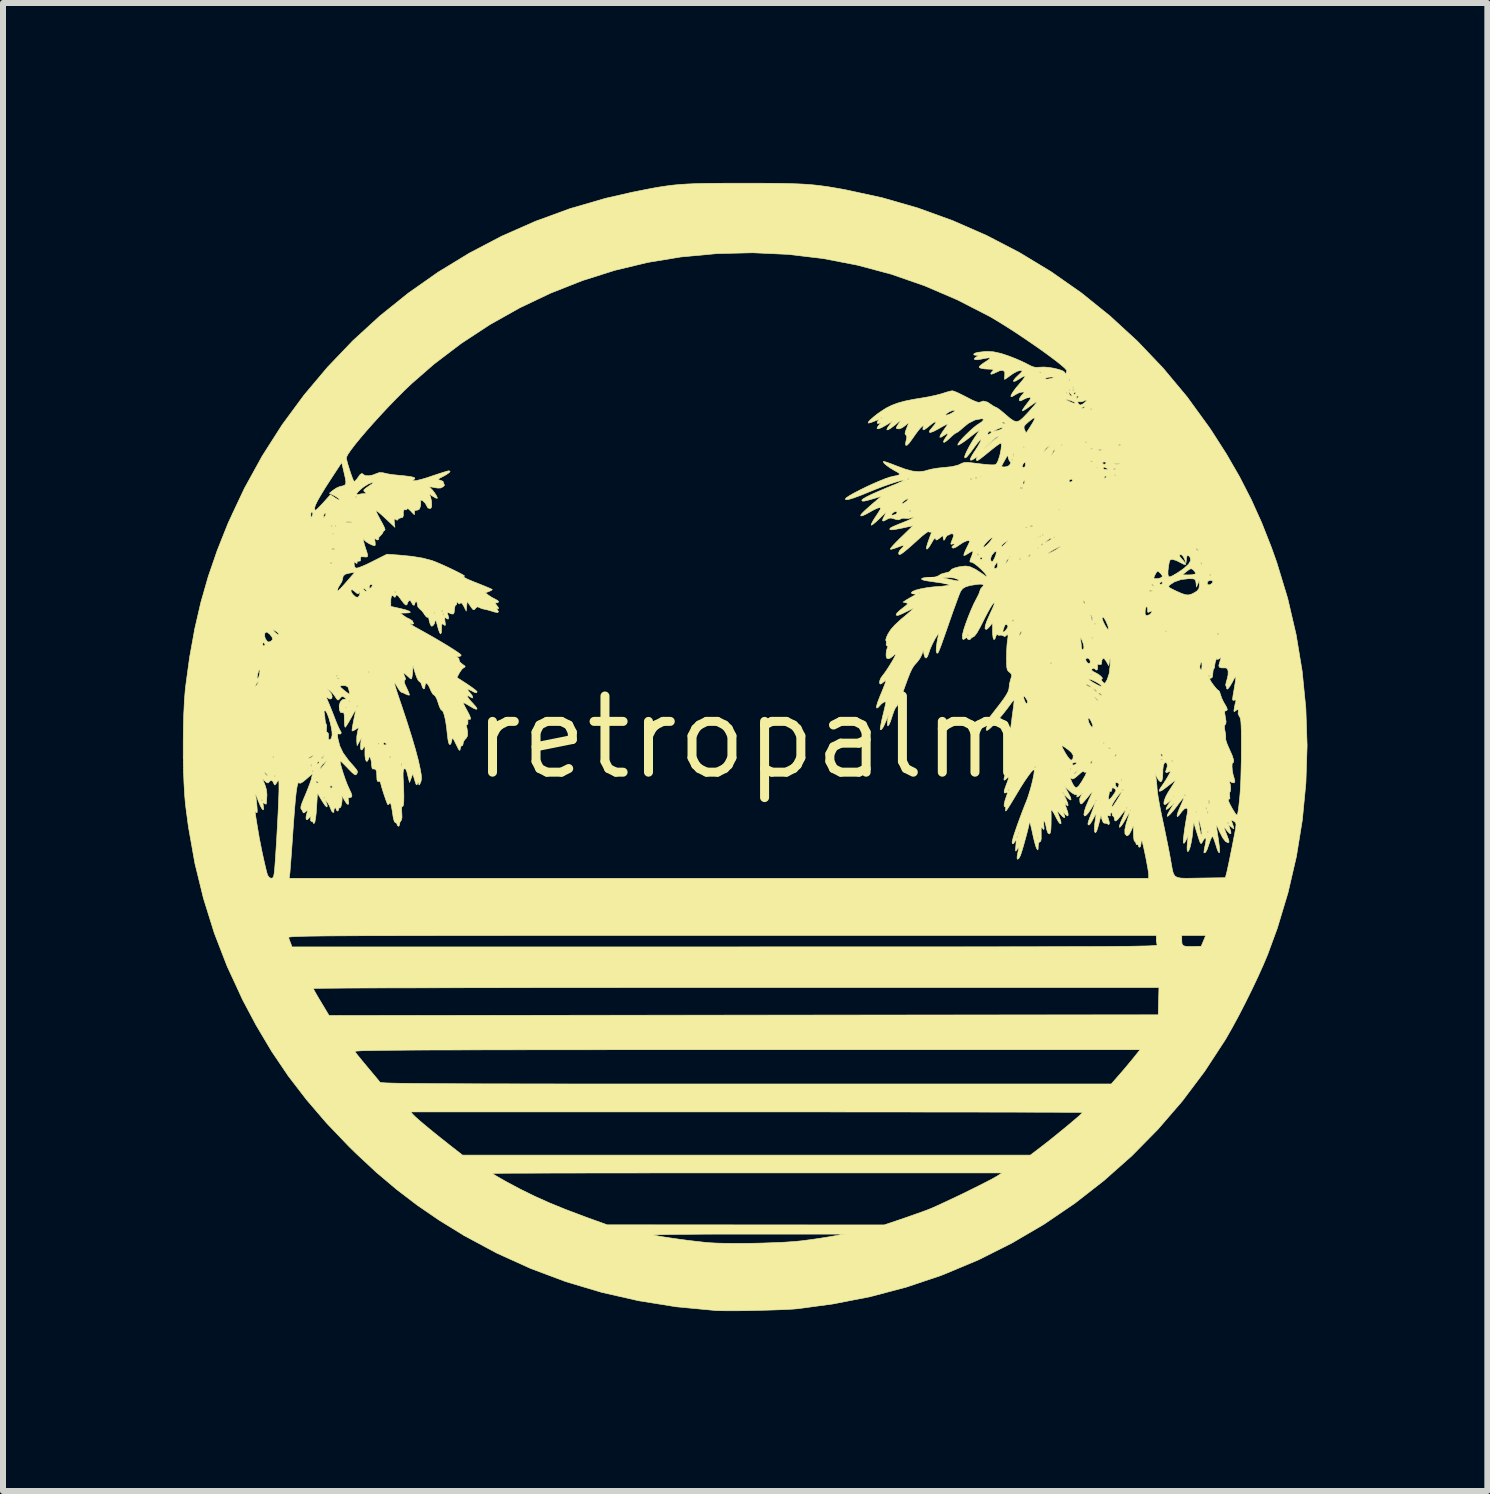
<source format=kicad_pcb>
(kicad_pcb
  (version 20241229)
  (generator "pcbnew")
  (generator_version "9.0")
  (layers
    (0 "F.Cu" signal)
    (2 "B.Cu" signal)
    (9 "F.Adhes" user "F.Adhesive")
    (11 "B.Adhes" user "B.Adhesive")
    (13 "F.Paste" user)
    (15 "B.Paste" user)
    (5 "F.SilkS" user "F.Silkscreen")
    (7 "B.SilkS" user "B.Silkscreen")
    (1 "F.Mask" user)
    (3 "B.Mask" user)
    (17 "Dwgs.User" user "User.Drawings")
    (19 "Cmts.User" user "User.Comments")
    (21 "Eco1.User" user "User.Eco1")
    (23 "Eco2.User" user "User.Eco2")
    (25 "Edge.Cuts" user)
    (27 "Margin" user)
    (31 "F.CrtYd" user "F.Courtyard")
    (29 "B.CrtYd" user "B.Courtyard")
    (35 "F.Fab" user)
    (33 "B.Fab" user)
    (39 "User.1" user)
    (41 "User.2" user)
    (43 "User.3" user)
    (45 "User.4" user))
  (footprint "retropalm"
    (layer "F.Cu")
    (at 9.455 9.244)
    (property "Reference" "retropalm" (at 0 0 0) (layer "F.SilkS") (effects (font (size 1.27 1.27) (thickness 0.15))))
    (attr through_hole)
    (fp_poly (pts (xy 7.408 3.281) (xy 7.505 3.282) (xy 7.566 3.289) (xy 7.594 3.306) (xy 7.596 3.338) (xy 7.577 3.389) (xy 7.563 3.418) (xy 7.527 3.493) (xy 7.174 3.493) (xy 7.187 3.413) (xy 7.198 3.352) (xy 7.211 3.313) (xy 7.236 3.292) (xy 7.282 3.283) (xy 7.356 3.281) (xy 7.408 3.281)) (stroke (width 0.01) (type solid)) (fill yes) (layer "F.Mask"))
    (fp_poly (pts (xy 6.824 4.215) (xy 6.834 4.31) (xy 6.835 4.424) (xy 6.826 4.535) (xy 6.823 4.556) (xy 6.81 4.636) (xy -7.038 4.634) (xy -7.17 4.413) (xy -7.221 4.326) (xy -7.263 4.252) (xy -7.292 4.197) (xy -7.302 4.171) (xy -7.303 4.171) (xy -7.285 4.168) (xy -7.234 4.166) (xy -7.148 4.164) (xy -7.026 4.162) (xy -6.868 4.161) (xy -6.675 4.159) (xy -6.445 4.158) (xy -6.178 4.156) (xy -5.873 4.155) (xy -5.531 4.154) (xy -5.15 4.153) (xy -4.731 4.152) (xy -4.273 4.151) (xy -3.775 4.15) (xy -3.237 4.15) (xy -2.659 4.149) (xy -2.039 4.149) (xy -1.379 4.149) (xy -0.677 4.149) (xy -0.246 4.149) (xy 6.81 4.149) (xy 6.824 4.215)) (stroke (width 0.01) (type solid)) (fill yes) (layer "F.Mask"))
    (fp_poly (pts (xy -0.088 5.191) (xy 0.436 5.191) (xy 0.95 5.192) (xy 1.451 5.193) (xy 1.937 5.193) (xy 2.408 5.194) (xy 2.862 5.195) (xy 3.297 5.196) (xy 3.711 5.197) (xy 4.103 5.198) (xy 4.471 5.199) (xy 4.813 5.2) (xy 5.129 5.201) (xy 5.415 5.202) (xy 5.672 5.204) (xy 5.896 5.205) (xy 6.087 5.206) (xy 6.243 5.207) (xy 6.362 5.209) (xy 6.443 5.21) (xy 6.484 5.211) (xy 6.489 5.212) (xy 6.483 5.234) (xy 6.453 5.282) (xy 6.404 5.349) (xy 6.341 5.429) (xy 6.268 5.516) (xy 6.189 5.605) (xy 6.141 5.657) (xy 6.026 5.779) (xy -0.072 5.777) (xy -6.17 5.776) (xy -6.329 5.583) (xy -6.401 5.494) (xy -6.473 5.406) (xy -6.535 5.33) (xy -6.569 5.287) (xy -6.65 5.185) (xy -0.088 5.191)) (stroke (width 0.01) (type solid)) (fill yes) (layer "F.Mask"))
    (fp_poly (pts (xy 0.084 8.26) (xy 0.312 8.261) (xy 0.534 8.261) (xy 0.745 8.262) (xy 0.941 8.263) (xy 1.119 8.265) (xy 1.273 8.266) (xy 1.4 8.268) (xy 1.496 8.27) (xy 1.557 8.272) (xy 1.577 8.274) (xy 1.593 8.282) (xy 1.58 8.291) (xy 1.534 8.302) (xy 1.452 8.318) (xy 1.344 8.336) (xy 0.949 8.391) (xy 0.575 8.428) (xy 0.204 8.447) (xy -0.179 8.45) (xy -0.445 8.443) (xy -0.571 8.439) (xy -0.676 8.434) (xy -0.768 8.428) (xy -0.856 8.42) (xy -0.948 8.41) (xy -1.053 8.396) (xy -1.18 8.378) (xy -1.337 8.354) (xy -1.397 8.344) (xy -1.534 8.323) (xy -1.631 8.305) (xy -1.69 8.292) (xy -1.715 8.281) (xy -1.706 8.274) (xy -1.704 8.274) (xy -1.671 8.271) (xy -1.6 8.269) (xy -1.495 8.267) (xy -1.36 8.265) (xy -1.199 8.264) (xy -1.016 8.263) (xy -0.815 8.262) (xy -0.601 8.261) (xy -0.377 8.26) (xy -0.147 8.26) (xy 0.084 8.26)) (stroke (width 0.01) (type solid)) (fill yes) (layer "F.Mask"))
    (fp_poly (pts (xy -0.571 6.226) (xy -0.153 6.226) (xy 0.265 6.226) (xy 0.682 6.226) (xy 1.095 6.227) (xy 1.501 6.227) (xy 1.899 6.228) (xy 2.286 6.228) (xy 2.659 6.229) (xy 3.016 6.23) (xy 3.355 6.231) (xy 3.673 6.232) (xy 3.968 6.233) (xy 4.238 6.234) (xy 4.479 6.235) (xy 4.691 6.236) (xy 4.869 6.237) (xy 5.012 6.239) (xy 5.118 6.24) (xy 5.184 6.242) (xy 5.573 6.255) (xy 5.385 6.416) (xy 5.296 6.49) (xy 5.187 6.579) (xy 5.069 6.674) (xy 4.956 6.764) (xy 4.934 6.781) (xy 4.672 6.985) (xy -0.061 6.984) (xy -4.794 6.983) (xy -5.03 6.797) (xy -5.141 6.708) (xy -5.265 6.608) (xy -5.385 6.508) (xy -5.478 6.431) (xy -5.69 6.251) (xy -5.168 6.237) (xy -5.091 6.236) (xy -4.976 6.234) (xy -4.823 6.233) (xy -4.636 6.232) (xy -4.416 6.231) (xy -4.167 6.23) (xy -3.891 6.229) (xy -3.59 6.228) (xy -3.266 6.228) (xy -2.922 6.227) (xy -2.56 6.227) (xy -2.183 6.226) (xy -1.793 6.226) (xy -1.393 6.226) (xy -0.985 6.226) (xy -0.571 6.226)) (stroke (width 0.01) (type solid)) (fill yes) (layer "F.Mask"))
    (fp_poly (pts (xy 6.781 3.36) (xy 6.79 3.419) (xy 6.794 3.462) (xy 6.794 3.466) (xy 6.787 3.469) (xy 6.764 3.471) (xy 6.725 3.473) (xy 6.668 3.475) (xy 6.591 3.477) (xy 6.495 3.479) (xy 6.378 3.48) (xy 6.239 3.482) (xy 6.076 3.483) (xy 5.889 3.485) (xy 5.675 3.486) (xy 5.436 3.487) (xy 5.168 3.488) (xy 4.871 3.489) (xy 4.544 3.489) (xy 4.185 3.49) (xy 3.794 3.491) (xy 3.37 3.491) (xy 2.91 3.492) (xy 2.415 3.492) (xy 1.883 3.492) (xy 1.313 3.492) (xy 0.703 3.492) (xy 0.053 3.492) (xy -0.424 3.493) (xy -7.643 3.493) (xy -7.684 3.403) (xy -7.724 3.313) (xy -7.624 3.299) (xy -7.596 3.297) (xy -7.526 3.296) (xy -7.418 3.295) (xy -7.272 3.294) (xy -7.089 3.293) (xy -6.873 3.292) (xy -6.623 3.291) (xy -6.342 3.29) (xy -6.031 3.29) (xy -5.692 3.289) (xy -5.327 3.288) (xy -4.936 3.287) (xy -4.522 3.286) (xy -4.086 3.286) (xy -3.63 3.285) (xy -3.155 3.285) (xy -2.663 3.284) (xy -2.155 3.284) (xy -1.633 3.283) (xy -1.098 3.283) (xy -0.553 3.283) (xy -0.378 3.283) (xy 6.768 3.281) (xy 6.781 3.36)) (stroke (width 0.01) (type solid)) (fill yes) (layer "F.Mask"))
    (fp_poly (pts (xy -0.45 -2.972) (xy -0.285 -2.956) (xy -0.147 -2.927) (xy -0.142 -2.926) (xy 0.115 -2.831) (xy 0.356 -2.701) (xy 0.574 -2.54) (xy 0.632 -2.488) (xy 0.82 -2.283) (xy 0.975 -2.056) (xy 1.095 -1.811) (xy 1.18 -1.552) (xy 1.228 -1.284) (xy 1.24 -1.012) (xy 1.214 -0.739) (xy 1.149 -0.471) (xy 1.059 -0.239) (xy 0.95 -0.036) (xy 0.824 0.143) (xy 0.669 0.314) (xy 0.628 0.353) (xy 0.423 0.522) (xy 0.196 0.658) (xy -0.057 0.762) (xy -0.059 0.763) (xy -0.145 0.791) (xy -0.218 0.811) (xy -0.288 0.823) (xy -0.367 0.831) (xy -0.468 0.836) (xy -0.572 0.839) (xy -0.75 0.84) (xy -0.89 0.833) (xy -0.994 0.819) (xy -1.005 0.817) (xy -1.277 0.733) (xy -1.528 0.614) (xy -1.757 0.458) (xy -1.878 0.352) (xy -2.075 0.137) (xy -2.235 -0.098) (xy -2.358 -0.353) (xy -2.437 -0.606) (xy -2.471 -0.797) (xy -2.486 -1.008) (xy -2.481 -1.224) (xy -2.458 -1.427) (xy -2.436 -1.535) (xy -2.345 -1.809) (xy -2.22 -2.062) (xy -2.063 -2.29) (xy -1.877 -2.491) (xy -1.663 -2.663) (xy -1.424 -2.803) (xy -1.163 -2.909) (xy -1.107 -2.926) (xy -0.97 -2.955) (xy -0.806 -2.972) (xy -0.628 -2.978) (xy -0.45 -2.972)) (stroke (width 0.01) (type solid)) (fill yes) (layer "F.Mask"))
    (fp_poly (pts (xy 0.29 7.241) (xy 0.661 7.241) (xy 1.027 7.242) (xy 1.384 7.243) (xy 1.73 7.244) (xy 2.064 7.246) (xy 2.382 7.248) (xy 2.682 7.25) (xy 2.962 7.253) (xy 3.219 7.255) (xy 3.452 7.259) (xy 3.658 7.262) (xy 3.833 7.265) (xy 3.978 7.269) (xy 4.087 7.273) (xy 4.161 7.277) (xy 4.195 7.281) (xy 4.197 7.283) (xy 4.17 7.301) (xy 4.111 7.334) (xy 4.028 7.379) (xy 3.925 7.433) (xy 3.811 7.492) (xy 3.69 7.554) (xy 3.571 7.614) (xy 3.458 7.669) (xy 3.36 7.717) (xy 3.323 7.734) (xy 3.225 7.777) (xy 3.098 7.829) (xy 2.953 7.886) (xy 2.801 7.944) (xy 2.654 7.997) (xy 2.65 7.998) (xy 2.221 8.149) (xy -0.07 8.147) (xy -2.36 8.145) (xy -2.54 8.081) (xy -2.751 8.004) (xy -2.93 7.938) (xy -3.083 7.88) (xy -3.217 7.826) (xy -3.34 7.774) (xy -3.46 7.72) (xy -3.583 7.662) (xy -3.694 7.608) (xy -3.822 7.544) (xy -3.945 7.481) (xy -4.054 7.424) (xy -4.143 7.377) (xy -4.202 7.343) (xy -4.209 7.338) (xy -4.322 7.267) (xy -2.939 7.253) (xy -2.618 7.25) (xy -2.283 7.248) (xy -1.935 7.245) (xy -1.577 7.244) (xy -1.21 7.242) (xy -0.838 7.241) (xy -0.462 7.241) (xy -0.086 7.241) (xy 0.29 7.241)) (stroke (width 0.01) (type solid)) (fill yes) (layer "F.Mask"))
    (fp_poly (pts (xy 0.136 -9.239) (xy 0.352 -9.238) (xy 0.536 -9.236) (xy 0.695 -9.232) (xy 0.833 -9.227) (xy 0.957 -9.22) (xy 1.071 -9.21) (xy 1.181 -9.197) (xy 1.293 -9.182) (xy 1.412 -9.162) (xy 1.544 -9.139) (xy 1.587 -9.131) (xy 2.2 -8.998) (xy 2.798 -8.826) (xy 3.38 -8.615) (xy 3.946 -8.367) (xy 4.492 -8.083) (xy 5.019 -7.764) (xy 5.523 -7.411) (xy 6.003 -7.024) (xy 6.458 -6.606) (xy 6.886 -6.157) (xy 7.285 -5.679) (xy 7.654 -5.171) (xy 7.694 -5.112) (xy 7.943 -4.723) (xy 8.161 -4.345) (xy 8.355 -3.967) (xy 8.53 -3.579) (xy 8.692 -3.168) (xy 8.782 -2.914) (xy 8.963 -2.319) (xy 9.104 -1.713) (xy 9.205 -1.101) (xy 9.266 -0.483) (xy 9.287 0.136) (xy 9.267 0.756) (xy 9.208 1.373) (xy 9.109 1.984) (xy 8.969 2.588) (xy 8.79 3.182) (xy 8.631 3.616) (xy 8.558 3.79) (xy 8.468 3.99) (xy 8.366 4.205) (xy 8.257 4.425) (xy 8.146 4.641) (xy 8.038 4.84) (xy 7.939 5.014) (xy 7.918 5.049) (xy 7.578 5.569) (xy 7.205 6.065) (xy 6.8 6.534) (xy 6.366 6.975) (xy 5.903 7.386) (xy 5.415 7.767) (xy 4.902 8.116) (xy 4.366 8.43) (xy 3.811 8.709) (xy 3.236 8.95) (xy 3.183 8.971) (xy 2.602 9.166) (xy 2 9.325) (xy 1.378 9.446) (xy 0.794 9.525) (xy 0.708 9.532) (xy 0.589 9.538) (xy 0.444 9.544) (xy 0.282 9.549) (xy 0.112 9.553) (xy -0.059 9.557) (xy -0.222 9.559) (xy -0.368 9.559) (xy -0.489 9.558) (xy -0.577 9.555) (xy -0.582 9.554) (xy -1.228 9.493) (xy -1.858 9.392) (xy -2.474 9.252) (xy -3.074 9.073) (xy -3.658 8.854) (xy -4.227 8.596) (xy -4.779 8.299) (xy -4.781 8.297) (xy -1.61 8.297) (xy -1.609 8.298) (xy -1.538 8.312) (xy -1.435 8.329) (xy -1.308 8.348) (xy -1.168 8.368) (xy -1.024 8.387) (xy -0.886 8.403) (xy -0.762 8.417) (xy -0.688 8.424) (xy -0.559 8.431) (xy -0.398 8.435) (xy -0.214 8.436) (xy -0.015 8.435) (xy 0.189 8.431) (xy 0.387 8.424) (xy 0.572 8.416) (xy 0.733 8.405) (xy 0.857 8.393) (xy 0.988 8.376) (xy 1.131 8.356) (xy 1.265 8.335) (xy 1.355 8.32) (xy 1.577 8.281) (xy -0.053 8.281) (xy -0.31 8.281) (xy -0.553 8.281) (xy -0.779 8.282) (xy -0.983 8.284) (xy -1.164 8.285) (xy -1.319 8.287) (xy -1.444 8.289) (xy -1.536 8.292) (xy -1.592 8.294) (xy -1.61 8.297) (xy -4.781 8.297) (xy -5.181 8.051) (xy -5.546 7.801) (xy -5.893 7.536) (xy -6.209 7.269) (xy -4.297 7.269) (xy -4.279 7.282) (xy -4.232 7.311) (xy -4.16 7.353) (xy -4.072 7.403) (xy -4.048 7.416) (xy -3.819 7.538) (xy -3.588 7.651) (xy -3.345 7.76) (xy -3.081 7.868) (xy -2.786 7.979) (xy -2.72 8.004) (xy -2.381 8.126) (xy 2.235 8.128) (xy 2.509 8.036) (xy 2.631 7.994) (xy 2.758 7.949) (xy 2.874 7.908) (xy 2.963 7.875) (xy 3.036 7.845) (xy 3.137 7.8) (xy 3.26 7.743) (xy 3.396 7.679) (xy 3.539 7.611) (xy 3.681 7.541) (xy 3.816 7.474) (xy 3.936 7.413) (xy 4.034 7.362) (xy 4.103 7.323) (xy 4.117 7.315) (xy 4.202 7.261) (xy -0.048 7.261) (xy -0.468 7.261) (xy -0.878 7.261) (xy -1.274 7.261) (xy -1.655 7.261) (xy -2.018 7.262) (xy -2.362 7.262) (xy -2.684 7.262) (xy -2.983 7.263) (xy -3.257 7.263) (xy -3.503 7.264) (xy -3.72 7.265) (xy -3.905 7.265) (xy -4.057 7.266) (xy -4.173 7.267) (xy -4.253 7.268) (xy -4.292 7.269) (xy -4.297 7.269) (xy -6.209 7.269) (xy -6.233 7.249) (xy -6.574 6.931) (xy -6.69 6.817) (xy -7.061 6.429) (xy -7.22 6.244) (xy -5.658 6.244) (xy -5.618 6.289) (xy -5.576 6.33) (xy -5.505 6.393) (xy -5.41 6.473) (xy -5.296 6.567) (xy -5.167 6.671) (xy -5.029 6.78) (xy -5.022 6.786) (xy -4.794 6.964) (xy -0.061 6.964) (xy 4.673 6.964) (xy 4.871 6.813) (xy 4.948 6.753) (xy 5.038 6.682) (xy 5.134 6.604) (xy 5.232 6.524) (xy 5.325 6.447) (xy 5.409 6.376) (xy 5.477 6.318) (xy 5.524 6.275) (xy 5.545 6.254) (xy 5.546 6.253) (xy 5.525 6.252) (xy 5.463 6.251) (xy 5.363 6.251) (xy 5.226 6.25) (xy 5.053 6.249) (xy 4.846 6.249) (xy 4.608 6.248) (xy 4.34 6.247) (xy 4.043 6.247) (xy 3.719 6.246) (xy 3.371 6.246) (xy 2.999 6.246) (xy 2.606 6.245) (xy 2.194 6.245) (xy 1.763 6.245) (xy 1.316 6.244) (xy 0.855 6.244) (xy 0.381 6.244) (xy -0.056 6.244) (xy -5.658 6.244) (xy -7.22 6.244) (xy -7.395 6.04) (xy -7.699 5.644) (xy -7.974 5.237) (xy -6.589 5.237) (xy -6.57 5.263) (xy -6.529 5.315) (xy -6.471 5.386) (xy -6.403 5.468) (xy -6.382 5.493) (xy -6.311 5.578) (xy -6.249 5.652) (xy -6.201 5.71) (xy -6.174 5.744) (xy -6.17 5.749) (xy -6.163 5.752) (xy -6.146 5.755) (xy -6.118 5.757) (xy -6.076 5.76) (xy -6.02 5.762) (xy -5.949 5.764) (xy -5.86 5.766) (xy -5.754 5.767) (xy -5.627 5.769) (xy -5.479 5.77) (xy -5.309 5.772) (xy -5.115 5.773) (xy -4.896 5.774) (xy -4.651 5.775) (xy -4.377 5.776) (xy -4.074 5.776) (xy -3.741 5.777) (xy -3.375 5.777) (xy -2.976 5.778) (xy -2.543 5.778) (xy -2.073 5.778) (xy -1.566 5.778) (xy -1.021 5.778) (xy -0.435 5.778) (xy -0.064 5.778) (xy 6.022 5.778) (xy 6.174 5.604) (xy 6.248 5.518) (xy 6.322 5.429) (xy 6.386 5.352) (xy 6.413 5.318) (xy 6.502 5.207) (xy -0.052 5.207) (xy -0.685 5.207) (xy -1.276 5.207) (xy -1.828 5.207) (xy -2.341 5.207) (xy -2.818 5.208) (xy -3.258 5.208) (xy -3.665 5.208) (xy -4.038 5.209) (xy -4.379 5.209) (xy -4.69 5.21) (xy -4.971 5.211) (xy -5.225 5.211) (xy -5.452 5.212) (xy -5.654 5.213) (xy -5.832 5.215) (xy -5.988 5.216) (xy -6.122 5.217) (xy -6.236 5.219) (xy -6.332 5.221) (xy -6.41 5.222) (xy -6.472 5.224) (xy -6.52 5.227) (xy -6.554 5.229) (xy -6.576 5.232) (xy -6.587 5.234) (xy -6.589 5.237) (xy -7.974 5.237) (xy -7.978 5.231) (xy -8.237 4.795) (xy -8.463 4.369) (xy -8.547 4.185) (xy -7.281 4.185) (xy -7.271 4.209) (xy -7.243 4.26) (xy -7.201 4.333) (xy -7.15 4.418) (xy -7.019 4.636) (xy -0.107 4.63) (xy 6.805 4.625) (xy 6.811 4.397) (xy 6.817 4.17) (xy -0.232 4.17) (xy -0.776 4.17) (xy -1.308 4.17) (xy -1.828 4.17) (xy -2.334 4.171) (xy -2.825 4.171) (xy -3.298 4.171) (xy -3.753 4.172) (xy -4.187 4.173) (xy -4.599 4.173) (xy -4.988 4.174) (xy -5.353 4.175) (xy -5.69 4.176) (xy -6 4.176) (xy -6.28 4.177) (xy -6.529 4.178) (xy -6.745 4.179) (xy -6.927 4.181) (xy -7.073 4.182) (xy -7.181 4.183) (xy -7.251 4.184) (xy -7.28 4.185) (xy -7.281 4.185) (xy -8.547 4.185) (xy -8.717 3.819) (xy -8.903 3.338) (xy -7.695 3.338) (xy -7.694 3.339) (xy -7.676 3.387) (xy -7.658 3.434) (xy -7.637 3.493) (xy -0.419 3.493) (xy 0.24 3.492) (xy 0.859 3.492) (xy 1.437 3.492) (xy 1.977 3.492) (xy 2.48 3.492) (xy 2.947 3.492) (xy 3.38 3.492) (xy 3.779 3.491) (xy 4.146 3.491) (xy 4.483 3.49) (xy 4.79 3.49) (xy 5.07 3.489) (xy 5.322 3.488) (xy 5.55 3.488) (xy 5.753 3.487) (xy 5.933 3.486) (xy 6.091 3.484) (xy 6.23 3.483) (xy 6.349 3.482) (xy 6.451 3.48) (xy 6.536 3.478) (xy 6.606 3.477) (xy 6.663 3.475) (xy 6.707 3.472) (xy 6.74 3.47) (xy 6.763 3.468) (xy 6.778 3.465) (xy 6.785 3.462) (xy 6.786 3.459) (xy 6.777 3.413) (xy 6.773 3.364) (xy 6.773 3.302) (xy 7.197 3.302) (xy 7.197 3.385) (xy 7.2 3.434) (xy 7.215 3.465) (xy 7.249 3.481) (xy 7.311 3.486) (xy 7.396 3.485) (xy 7.521 3.482) (xy 7.559 3.392) (xy 7.597 3.302) (xy 7.197 3.302) (xy 6.773 3.302) (xy -0.468 3.302) (xy -1.126 3.302) (xy -1.743 3.302) (xy -2.32 3.302) (xy -2.859 3.302) (xy -3.361 3.302) (xy -3.827 3.302) (xy -4.259 3.303) (xy -4.657 3.303) (xy -5.024 3.303) (xy -5.36 3.304) (xy -5.667 3.304) (xy -5.946 3.305) (xy -6.198 3.305) (xy -6.425 3.306) (xy -6.628 3.307) (xy -6.809 3.308) (xy -6.968 3.309) (xy -7.107 3.31) (xy -7.228 3.312) (xy -7.331 3.313) (xy -7.418 3.315) (xy -7.49 3.317) (xy -7.549 3.319) (xy -7.596 3.321) (xy -7.632 3.323) (xy -7.658 3.326) (xy -7.676 3.328) (xy -7.687 3.331) (xy -7.693 3.334) (xy -7.695 3.338) (xy -8.903 3.338) (xy -8.933 3.26) (xy -9.112 2.687) (xy -9.256 2.099) (xy -9.364 1.489) (xy -9.396 1.246) (xy -8.25 1.246) (xy -8.247 1.277) (xy -8.239 1.334) (xy -8.225 1.421) (xy -8.205 1.543) (xy -8.201 1.566) (xy -8.183 1.672) (xy -8.159 1.793) (xy -8.134 1.918) (xy -8.107 2.041) (xy -8.082 2.15) (xy -8.061 2.238) (xy -8.044 2.294) (xy -8.042 2.3) (xy -8.012 2.339) (xy -7.982 2.349) (xy -7.683 2.349) (xy 6.646 2.349) (xy 6.646 2.291) (xy 6.642 2.25) (xy 6.631 2.181) (xy 6.615 2.094) (xy 6.597 1.998) (xy 6.577 1.904) (xy 6.559 1.819) (xy 6.543 1.755) (xy 6.532 1.721) (xy 6.53 1.718) (xy 6.522 1.728) (xy 6.519 1.763) (xy 6.512 1.809) (xy 6.498 1.831) (xy 6.48 1.826) (xy 6.477 1.81) (xy 6.467 1.787) (xy 6.456 1.789) (xy 6.438 1.784) (xy 6.435 1.769) (xy 6.424 1.74) (xy 6.413 1.736) (xy 6.402 1.716) (xy 6.395 1.666) (xy 6.392 1.603) (xy 6.391 1.471) (xy 6.351 1.561) (xy 6.319 1.619) (xy 6.291 1.64) (xy 6.277 1.638) (xy 6.25 1.606) (xy 6.248 1.54) (xy 6.269 1.442) (xy 6.287 1.386) (xy 6.313 1.306) (xy 6.325 1.264) (xy 6.32 1.26) (xy 6.299 1.293) (xy 6.264 1.355) (xy 6.213 1.441) (xy 6.177 1.489) (xy 6.159 1.5) (xy 6.159 1.473) (xy 6.18 1.411) (xy 6.213 1.336) (xy 6.24 1.274) (xy 6.256 1.23) (xy 6.258 1.217) (xy 6.329 1.217) (xy 6.339 1.228) (xy 6.35 1.217) (xy 6.339 1.206) (xy 6.329 1.217) (xy 6.258 1.217) (xy 6.259 1.214) (xy 6.244 1.225) (xy 6.212 1.263) (xy 6.183 1.302) (xy 6.131 1.367) (xy 6.097 1.394) (xy 6.078 1.383) (xy 6.075 1.355) (xy 6.065 1.32) (xy 6.051 1.312) (xy 6.036 1.297) (xy 6.039 1.284) (xy 6.034 1.259) (xy 6.022 1.256) (xy 6.004 1.271) (xy 6.006 1.288) (xy 6.007 1.31) (xy 5.984 1.306) (xy 5.962 1.303) (xy 5.962 1.325) (xy 5.97 1.346) (xy 5.987 1.404) (xy 5.99 1.442) (xy 5.978 1.454) (xy 5.966 1.445) (xy 5.93 1.43) (xy 5.915 1.432) (xy 5.889 1.422) (xy 5.868 1.372) (xy 5.868 1.372) (xy 5.85 1.302) (xy 5.834 1.365) (xy 5.808 1.466) (xy 5.789 1.532) (xy 5.774 1.57) (xy 5.761 1.586) (xy 5.754 1.587) (xy 5.743 1.568) (xy 5.741 1.517) (xy 5.746 1.441) (xy 5.759 1.352) (xy 5.77 1.292) (xy 5.768 1.28) (xy 5.751 1.302) (xy 5.725 1.349) (xy 5.692 1.409) (xy 5.664 1.449) (xy 5.65 1.46) (xy 5.636 1.456) (xy 5.633 1.438) (xy 5.642 1.399) (xy 5.665 1.333) (xy 5.694 1.256) (xy 5.723 1.179) (xy 5.725 1.175) (xy 6.265 1.175) (xy 6.276 1.185) (xy 6.287 1.175) (xy 6.276 1.164) (xy 6.265 1.175) (xy 5.725 1.175) (xy 5.738 1.139) (xy 6.032 1.139) (xy 6.033 1.157) (xy 6.038 1.161) (xy 6.053 1.145) (xy 6.08 1.103) (xy 6.126 1.032) (xy 6.163 0.971) (xy 6.187 0.928) (xy 6.193 0.91) (xy 6.193 0.91) (xy 6.172 0.926) (xy 6.138 0.967) (xy 6.099 1.021) (xy 6.063 1.076) (xy 6.038 1.12) (xy 6.032 1.139) (xy 5.738 1.139) (xy 5.745 1.119) (xy 5.756 1.085) (xy 5.757 1.081) (xy 5.748 1.092) (xy 5.722 1.131) (xy 5.689 1.185) (xy 5.637 1.262) (xy 5.598 1.303) (xy 5.575 1.309) (xy 5.566 1.285) (xy 5.574 1.233) (xy 5.598 1.156) (xy 5.64 1.058) (xy 5.644 1.048) (xy 5.757 1.048) (xy 5.768 1.058) (xy 5.779 1.048) (xy 5.768 1.037) (xy 5.757 1.048) (xy 5.644 1.048) (xy 5.652 1.031) (xy 5.654 1.028) (xy 5.973 1.028) (xy 5.989 1.034) (xy 6.02 1.008) (xy 6.059 0.956) (xy 6.091 0.906) (xy 6.1 0.878) (xy 6.1 0.878) (xy 6.202 0.878) (xy 6.212 0.889) (xy 6.223 0.878) (xy 6.212 0.868) (xy 6.202 0.878) (xy 6.1 0.878) (xy 6.088 0.861) (xy 6.073 0.85) (xy 6.042 0.837) (xy 6.033 0.856) (xy 6.032 0.869) (xy 6.024 0.898) (xy 6.011 0.9) (xy 5.992 0.903) (xy 5.99 0.914) (xy 5.984 0.956) (xy 5.977 0.99) (xy 5.973 1.028) (xy 5.654 1.028) (xy 5.688 0.955) (xy 5.705 0.913) (xy 5.701 0.907) (xy 5.689 0.921) (xy 5.643 0.979) (xy 5.589 1.043) (xy 5.579 1.055) (xy 5.54 1.098) (xy 5.519 1.111) (xy 5.507 1.098) (xy 5.499 1.079) (xy 5.496 1.02) (xy 5.517 0.976) (xy 5.54 0.939) (xy 5.538 0.934) (xy 5.511 0.957) (xy 5.51 0.958) (xy 5.471 0.987) (xy 5.448 0.994) (xy 5.449 0.976) (xy 5.452 0.971) (xy 5.452 0.955) (xy 5.437 0.958) (xy 5.407 0.95) (xy 5.359 0.92) (xy 5.325 0.892) (xy 5.242 0.815) (xy 5.299 0.914) (xy 5.338 0.989) (xy 5.352 1.032) (xy 5.343 1.044) (xy 5.308 1.021) (xy 5.289 1.004) (xy 5.223 0.942) (xy 5.27 1.034) (xy 5.295 1.094) (xy 5.303 1.132) (xy 5.293 1.142) (xy 5.267 1.119) (xy 5.26 1.11) (xy 5.249 1.102) (xy 5.255 1.13) (xy 5.274 1.181) (xy 5.299 1.253) (xy 5.304 1.297) (xy 5.291 1.31) (xy 5.261 1.287) (xy 5.246 1.27) (xy 5.22 1.238) (xy 5.216 1.24) (xy 5.227 1.263) (xy 5.248 1.318) (xy 5.243 1.339) (xy 5.216 1.325) (xy 5.185 1.292) (xy 5.144 1.246) (xy 5.126 1.234) (xy 5.13 1.258) (xy 5.153 1.318) (xy 5.154 1.32) (xy 5.18 1.395) (xy 5.185 1.435) (xy 5.171 1.441) (xy 5.143 1.41) (xy 5.105 1.341) (xy 5.101 1.332) (xy 5.066 1.264) (xy 5.038 1.221) (xy 5.021 1.208) (xy 5.017 1.229) (xy 5.018 1.231) (xy 5.019 1.264) (xy 5.02 1.328) (xy 5.019 1.41) (xy 5.019 1.434) (xy 5.016 1.524) (xy 5.009 1.579) (xy 4.998 1.604) (xy 4.987 1.609) (xy 4.963 1.589) (xy 4.944 1.532) (xy 4.942 1.519) (xy 4.928 1.451) (xy 4.913 1.407) (xy 4.901 1.392) (xy 4.895 1.409) (xy 4.897 1.46) (xy 4.902 1.516) (xy 4.899 1.536) (xy 4.886 1.526) (xy 4.879 1.517) (xy 4.864 1.5) (xy 4.855 1.509) (xy 4.853 1.547) (xy 4.854 1.612) (xy 4.854 1.69) (xy 4.846 1.731) (xy 4.831 1.741) (xy 4.812 1.756) (xy 4.804 1.81) (xy 4.804 1.815) (xy 4.802 1.864) (xy 4.796 1.876) (xy 4.78 1.855) (xy 4.778 1.852) (xy 4.763 1.814) (xy 4.744 1.746) (xy 4.728 1.683) (xy 4.784 1.683) (xy 4.794 1.693) (xy 4.805 1.683) (xy 4.794 1.672) (xy 4.784 1.683) (xy 4.728 1.683) (xy 4.722 1.657) (xy 4.707 1.587) (xy 4.688 1.502) (xy 4.673 1.441) (xy 4.662 1.408) (xy 4.659 1.409) (xy 4.652 1.448) (xy 4.636 1.517) (xy 4.614 1.605) (xy 4.587 1.704) (xy 4.56 1.801) (xy 4.534 1.888) (xy 4.513 1.954) (xy 4.505 1.974) (xy 4.483 2.015) (xy 4.462 2.032) (xy 4.452 2.02) (xy 4.453 1.982) (xy 4.466 1.911) (xy 4.479 1.852) (xy 4.482 1.829) (xy 4.47 1.841) (xy 4.455 1.863) (xy 4.436 1.89) (xy 4.427 1.893) (xy 4.426 1.863) (xy 4.432 1.799) (xy 4.436 1.736) (xy 4.434 1.711) (xy 4.425 1.719) (xy 4.419 1.73) (xy 4.392 1.771) (xy 4.373 1.773) (xy 4.369 1.739) (xy 4.373 1.72) (xy 4.389 1.662) (xy 4.445 1.662) (xy 4.456 1.672) (xy 4.466 1.662) (xy 4.456 1.651) (xy 4.445 1.662) (xy 4.389 1.662) (xy 4.39 1.658) (xy 4.409 1.598) (xy 4.466 1.598) (xy 4.477 1.609) (xy 4.487 1.598) (xy 4.477 1.587) (xy 4.466 1.598) (xy 4.409 1.598) (xy 4.42 1.566) (xy 4.458 1.455) (xy 4.502 1.335) (xy 4.547 1.215) (xy 4.59 1.105) (xy 4.602 1.077) (xy 4.632 0.997) (xy 4.656 0.921) (xy 5.207 0.921) (xy 5.218 0.931) (xy 5.228 0.921) (xy 5.218 0.91) (xy 5.207 0.921) (xy 4.656 0.921) (xy 4.662 0.902) (xy 4.69 0.803) (xy 4.713 0.708) (xy 4.722 0.664) (xy 5.34 0.664) (xy 5.341 0.681) (xy 5.352 0.715) (xy 5.37 0.757) (xy 5.391 0.796) (xy 5.393 0.8) (xy 5.421 0.832) (xy 5.448 0.836) (xy 5.48 0.809) (xy 5.506 0.772) (xy 6.087 0.772) (xy 6.098 0.809) (xy 6.118 0.839) (xy 6.133 0.833) (xy 6.143 0.816) (xy 6.152 0.778) (xy 6.137 0.761) (xy 6.1 0.751) (xy 6.087 0.772) (xy 5.506 0.772) (xy 5.523 0.748) (xy 5.54 0.719) (xy 5.546 0.709) (xy 6.181 0.709) (xy 6.191 0.72) (xy 6.202 0.709) (xy 6.191 0.699) (xy 6.181 0.709) (xy 5.546 0.709) (xy 5.586 0.639) (xy 5.602 0.603) (xy 6.751 0.603) (xy 6.766 0.667) (xy 6.775 0.725) (xy 6.783 0.803) (xy 6.785 0.847) (xy 6.791 0.904) (xy 6.804 0.994) (xy 6.824 1.108) (xy 6.849 1.237) (xy 6.877 1.372) (xy 6.878 1.376) (xy 6.909 1.522) (xy 6.94 1.673) (xy 6.969 1.816) (xy 6.993 1.94) (xy 7.008 2.021) (xy 7.027 2.131) (xy 7.042 2.214) (xy 7.059 2.273) (xy 7.085 2.312) (xy 7.125 2.335) (xy 7.185 2.346) (xy 7.271 2.349) (xy 7.389 2.347) (xy 7.507 2.345) (xy 7.924 2.339) (xy 7.941 2.275) (xy 7.953 2.228) (xy 7.97 2.148) (xy 7.992 2.046) (xy 8.015 1.93) (xy 8.039 1.812) (xy 8.061 1.699) (xy 8.08 1.601) (xy 8.093 1.529) (xy 8.096 1.51) (xy 8.102 1.451) (xy 8.093 1.419) (xy 8.064 1.397) (xy 8.063 1.396) (xy 8.03 1.381) (xy 8.025 1.392) (xy 8.032 1.41) (xy 8.052 1.466) (xy 8.06 1.492) (xy 8.066 1.52) (xy 8.057 1.521) (xy 8.024 1.494) (xy 8.022 1.492) (xy 7.988 1.464) (xy 7.979 1.464) (xy 7.989 1.491) (xy 7.989 1.492) (xy 8.014 1.565) (xy 8.017 1.603) (xy 8 1.605) (xy 7.964 1.57) (xy 7.94 1.54) (xy 7.915 1.506) (xy 7.903 1.496) (xy 7.905 1.513) (xy 7.923 1.561) (xy 7.956 1.645) (xy 7.956 1.646) (xy 7.98 1.711) (xy 7.985 1.746) (xy 7.973 1.757) (xy 7.972 1.757) (xy 7.928 1.736) (xy 7.88 1.674) (xy 7.828 1.573) (xy 7.819 1.552) (xy 7.792 1.491) (xy 7.778 1.466) (xy 7.775 1.475) (xy 7.778 1.503) (xy 7.787 1.564) (xy 7.8 1.647) (xy 7.81 1.714) (xy 7.824 1.822) (xy 7.829 1.892) (xy 7.824 1.923) (xy 7.81 1.915) (xy 7.789 1.867) (xy 7.761 1.777) (xy 7.759 1.773) (xy 7.738 1.708) (xy 7.719 1.664) (xy 7.707 1.651) (xy 7.693 1.67) (xy 7.672 1.718) (xy 7.651 1.779) (xy 7.62 1.869) (xy 7.593 1.918) (xy 7.57 1.925) (xy 7.567 1.923) (xy 7.568 1.9) (xy 7.576 1.848) (xy 7.588 1.794) (xy 7.601 1.72) (xy 7.6 1.68) (xy 7.585 1.677) (xy 7.558 1.712) (xy 7.548 1.73) (xy 7.533 1.758) (xy 7.521 1.77) (xy 7.509 1.762) (xy 7.494 1.728) (xy 7.473 1.664) (xy 7.442 1.565) (xy 7.44 1.559) (xy 7.394 1.408) (xy 7.382 1.556) (xy 7.37 1.663) (xy 7.353 1.76) (xy 7.334 1.838) (xy 7.314 1.889) (xy 7.298 1.905) (xy 7.288 1.885) (xy 7.286 1.83) (xy 7.29 1.773) (xy 7.304 1.64) (xy 7.268 1.714) (xy 7.244 1.758) (xy 7.23 1.766) (xy 7.223 1.75) (xy 7.223 1.714) (xy 7.23 1.647) (xy 7.241 1.556) (xy 7.257 1.452) (xy 7.267 1.392) (xy 7.48 1.392) (xy 7.483 1.436) (xy 7.495 1.514) (xy 7.497 1.525) (xy 7.51 1.589) (xy 7.522 1.628) (xy 7.531 1.633) (xy 7.531 1.632) (xy 7.532 1.596) (xy 7.53 1.577) (xy 7.62 1.577) (xy 7.631 1.587) (xy 7.641 1.577) (xy 7.631 1.566) (xy 7.62 1.577) (xy 7.53 1.577) (xy 7.524 1.535) (xy 7.515 1.488) (xy 7.5 1.429) (xy 7.959 1.429) (xy 7.969 1.439) (xy 7.98 1.429) (xy 7.969 1.418) (xy 7.959 1.429) (xy 7.5 1.429) (xy 7.497 1.416) (xy 7.485 1.385) (xy 7.48 1.392) (xy 7.267 1.392) (xy 7.275 1.344) (xy 7.293 1.246) (xy 7.294 1.238) (xy 7.429 1.238) (xy 7.44 1.249) (xy 7.62 1.249) (xy 7.628 1.266) (xy 7.634 1.263) (xy 7.637 1.238) (xy 7.634 1.235) (xy 7.622 1.238) (xy 7.62 1.249) (xy 7.44 1.249) (xy 7.451 1.238) (xy 7.44 1.228) (xy 7.429 1.238) (xy 7.294 1.238) (xy 7.295 1.196) (xy 7.284 1.185) (xy 7.599 1.185) (xy 7.607 1.203) (xy 7.613 1.199) (xy 7.615 1.174) (xy 7.613 1.171) (xy 7.6 1.174) (xy 7.599 1.185) (xy 7.284 1.185) (xy 7.275 1.177) (xy 7.241 1.191) (xy 7.198 1.236) (xy 7.184 1.255) (xy 7.146 1.306) (xy 7.124 1.321) (xy 7.119 1.303) (xy 7.131 1.255) (xy 7.16 1.182) (xy 7.174 1.15) (xy 7.205 1.081) (xy 7.206 1.079) (xy 7.645 1.079) (xy 7.648 1.11) (xy 7.655 1.106) (xy 7.658 1.063) (xy 7.655 1.053) (xy 7.647 1.05) (xy 7.645 1.079) (xy 7.206 1.079) (xy 7.226 1.029) (xy 7.233 1.003) (xy 7.233 1.003) (xy 7.218 1.015) (xy 7.185 1.054) (xy 7.14 1.112) (xy 7.127 1.13) (xy 7.062 1.215) (xy 7.009 1.275) (xy 6.973 1.309) (xy 6.955 1.316) (xy 6.957 1.293) (xy 6.983 1.241) (xy 7.01 1.195) (xy 7.075 1.09) (xy 7.009 1.152) (xy 6.96 1.193) (xy 6.936 1.202) (xy 6.939 1.178) (xy 6.969 1.124) (xy 6.978 1.11) (xy 7.034 1.027) (xy 6.982 1.074) (xy 6.942 1.107) (xy 6.916 1.122) (xy 6.915 1.122) (xy 6.899 1.105) (xy 6.903 1.062) (xy 6.926 0.999) (xy 6.933 0.984) (xy 7.048 0.984) (xy 7.059 0.995) (xy 7.07 0.984) (xy 7.059 0.974) (xy 7.048 0.984) (xy 6.933 0.984) (xy 6.944 0.963) (xy 7.239 0.963) (xy 7.25 0.974) (xy 7.26 0.963) (xy 7.25 0.953) (xy 7.239 0.963) (xy 6.944 0.963) (xy 6.964 0.925) (xy 6.981 0.898) (xy 7.035 0.813) (xy 7.069 0.759) (xy 7.086 0.73) (xy 7.088 0.72) (xy 7.078 0.724) (xy 7.068 0.731) (xy 7.036 0.756) (xy 6.983 0.797) (xy 6.936 0.834) (xy 6.872 0.881) (xy 6.832 0.899) (xy 6.819 0.89) (xy 6.836 0.853) (xy 6.854 0.826) (xy 6.892 0.771) (xy 6.938 0.7) (xy 6.964 0.656) (xy 6.997 0.598) (xy 7.009 0.569) (xy 7.002 0.564) (xy 6.983 0.573) (xy 6.94 0.588) (xy 6.927 0.572) (xy 6.942 0.53) (xy 6.956 0.484) (xy 6.953 0.442) (xy 6.937 0.418) (xy 6.911 0.423) (xy 6.91 0.424) (xy 6.891 0.463) (xy 6.882 0.539) (xy 6.882 0.572) (xy 6.878 0.669) (xy 6.865 0.725) (xy 6.843 0.741) (xy 6.813 0.715) (xy 6.787 0.672) (xy 6.751 0.603) (xy 5.602 0.603) (xy 5.607 0.591) (xy 5.602 0.576) (xy 5.588 0.582) (xy 5.569 0.579) (xy 5.567 0.569) (xy 5.554 0.564) (xy 5.52 0.585) (xy 5.509 0.595) (xy 5.444 0.652) (xy 5.402 0.684) (xy 5.376 0.693) (xy 5.359 0.685) (xy 5.352 0.676) (xy 5.34 0.664) (xy 4.722 0.664) (xy 4.73 0.626) (xy 4.733 0.606) (xy 5.397 0.606) (xy 5.408 0.612) (xy 5.436 0.585) (xy 5.443 0.577) (xy 5.461 0.552) (xy 5.45 0.557) (xy 5.435 0.569) (xy 5.405 0.595) (xy 5.397 0.606) (xy 4.733 0.606) (xy 4.738 0.566) (xy 4.735 0.537) (xy 4.735 0.536) (xy 4.716 0.545) (xy 4.68 0.585) (xy 4.632 0.65) (xy 4.574 0.734) (xy 4.512 0.831) (xy 4.495 0.86) (xy 4.416 0.991) (xy 4.357 1.089) (xy 4.314 1.158) (xy 4.285 1.202) (xy 4.268 1.223) (xy 4.26 1.227) (xy 4.259 1.215) (xy 4.261 1.202) (xy 4.262 1.164) (xy 4.251 1.155) (xy 4.237 1.151) (xy 4.236 1.114) (xy 4.25 1.054) (xy 4.266 1.005) (xy 4.284 0.952) (xy 4.295 0.92) (xy 4.297 0.916) (xy 4.281 0.918) (xy 4.265 0.924) (xy 4.242 0.927) (xy 4.236 0.908) (xy 4.242 0.878) (xy 4.297 0.878) (xy 4.307 0.889) (xy 4.318 0.878) (xy 4.307 0.868) (xy 4.297 0.878) (xy 4.242 0.878) (xy 4.246 0.861) (xy 4.274 0.782) (xy 4.276 0.778) (xy 4.302 0.707) (xy 4.314 0.669) (xy 4.311 0.66) (xy 4.292 0.673) (xy 4.276 0.688) (xy 4.245 0.713) (xy 4.234 0.708) (xy 4.233 0.691) (xy 4.242 0.655) (xy 4.264 0.593) (xy 4.291 0.529) (xy 5.334 0.529) (xy 5.342 0.547) (xy 5.348 0.543) (xy 5.351 0.518) (xy 5.348 0.515) (xy 5.336 0.518) (xy 5.334 0.529) (xy 4.291 0.529) (xy 4.295 0.52) (xy 4.297 0.515) (xy 4.304 0.497) (xy 4.741 0.497) (xy 4.752 0.508) (xy 4.763 0.497) (xy 4.752 0.487) (xy 4.741 0.497) (xy 4.304 0.497) (xy 4.326 0.447) (xy 5.367 0.447) (xy 5.396 0.465) (xy 5.432 0.443) (xy 5.437 0.437) (xy 5.444 0.425) (xy 5.673 0.425) (xy 5.679 0.444) (xy 5.695 0.427) (xy 5.702 0.412) (xy 5.703 0.392) (xy 7.027 0.392) (xy 7.038 0.402) (xy 7.048 0.392) (xy 7.038 0.381) (xy 7.027 0.392) (xy 5.703 0.392) (xy 5.703 0.39) (xy 5.694 0.392) (xy 5.673 0.419) (xy 5.673 0.425) (xy 5.444 0.425) (xy 5.448 0.417) (xy 5.425 0.415) (xy 5.409 0.418) (xy 5.373 0.432) (xy 5.367 0.447) (xy 4.326 0.447) (xy 4.333 0.43) (xy 4.355 0.368) (xy 4.361 0.332) (xy 4.351 0.327) (xy 4.329 0.35) (xy 4.311 0.372) (xy 4.301 0.366) (xy 4.298 0.327) (xy 4.298 0.293) (xy 4.3 0.24) (xy 4.308 0.155) (xy 4.309 0.143) (xy 5.198 0.143) (xy 5.208 0.173) (xy 5.219 0.193) (xy 5.261 0.269) (xy 5.302 0.331) (xy 5.337 0.371) (xy 5.354 0.381) (xy 5.373 0.367) (xy 6.844 0.367) (xy 6.847 0.379) (xy 6.858 0.381) (xy 6.875 0.373) (xy 6.872 0.367) (xy 6.847 0.364) (xy 6.844 0.367) (xy 5.373 0.367) (xy 5.376 0.364) (xy 5.384 0.349) (xy 5.386 0.316) (xy 6.08 0.316) (xy 6.083 0.318) (xy 6.102 0.303) (xy 6.107 0.296) (xy 6.109 0.288) (xy 6.844 0.288) (xy 6.847 0.296) (xy 6.866 0.317) (xy 6.87 0.318) (xy 6.879 0.301) (xy 6.879 0.296) (xy 6.863 0.276) (xy 6.857 0.275) (xy 6.844 0.288) (xy 6.109 0.288) (xy 6.112 0.277) (xy 6.109 0.275) (xy 6.09 0.29) (xy 6.085 0.296) (xy 6.08 0.316) (xy 5.386 0.316) (xy 5.388 0.3) (xy 5.357 0.25) (xy 5.306 0.206) (xy 5.265 0.176) (xy 5.976 0.176) (xy 5.979 0.189) (xy 5.99 0.191) (xy 6.008 0.183) (xy 6.004 0.176) (xy 5.979 0.174) (xy 5.976 0.176) (xy 5.265 0.176) (xy 5.242 0.16) (xy 5.208 0.139) (xy 5.198 0.143) (xy 4.309 0.143) (xy 4.314 0.095) (xy 5.884 0.095) (xy 5.895 0.106) (xy 5.905 0.095) (xy 5.895 0.085) (xy 5.884 0.095) (xy 4.314 0.095) (xy 4.32 0.045) (xy 4.335 -0.08) (xy 4.35 -0.194) (xy 4.364 -0.297) (xy 5.635 -0.297) (xy 5.649 -0.247) (xy 5.655 -0.233) (xy 5.681 -0.187) (xy 5.703 -0.169) (xy 5.715 -0.183) (xy 5.715 -0.192) (xy 5.706 -0.224) (xy 5.684 -0.274) (xy 5.68 -0.282) (xy 5.654 -0.32) (xy 5.638 -0.323) (xy 5.635 -0.297) (xy 4.364 -0.297) (xy 4.366 -0.319) (xy 4.381 -0.43) (xy 4.393 -0.522) (xy 4.4 -0.585) (xy 4.403 -0.614) (xy 4.392 -0.615) (xy 4.365 -0.586) (xy 4.331 -0.539) (xy 4.277 -0.466) (xy 4.211 -0.383) (xy 4.14 -0.298) (xy 4.072 -0.222) (xy 4.015 -0.164) (xy 3.98 -0.134) (xy 3.948 -0.115) (xy 3.938 -0.124) (xy 3.937 -0.14) (xy 3.951 -0.184) (xy 3.973 -0.216) (xy 3.997 -0.244) (xy 3.991 -0.249) (xy 3.973 -0.242) (xy 3.946 -0.236) (xy 3.941 -0.249) (xy 3.959 -0.284) (xy 4.001 -0.345) (xy 4.069 -0.433) (xy 4.07 -0.434) (xy 4.162 -0.552) (xy 4.229 -0.643) (xy 4.259 -0.688) (xy 4.559 -0.688) (xy 4.563 -0.654) (xy 4.575 -0.616) (xy 4.597 -0.571) (xy 4.617 -0.566) (xy 4.62 -0.569) (xy 4.627 -0.602) (xy 4.605 -0.646) (xy 4.581 -0.677) (xy 5.738 -0.677) (xy 5.743 -0.666) (xy 5.755 -0.651) (xy 5.786 -0.618) (xy 5.799 -0.618) (xy 5.8 -0.622) (xy 5.785 -0.639) (xy 5.763 -0.659) (xy 5.738 -0.677) (xy 4.581 -0.677) (xy 4.574 -0.686) (xy 4.559 -0.688) (xy 4.259 -0.688) (xy 4.275 -0.713) (xy 4.285 -0.732) (xy 5.806 -0.732) (xy 5.821 -0.72) (xy 5.855 -0.701) (xy 5.859 -0.708) (xy 5.853 -0.72) (xy 5.822 -0.74) (xy 5.814 -0.741) (xy 5.806 -0.732) (xy 4.285 -0.732) (xy 4.303 -0.767) (xy 4.316 -0.81) (xy 4.318 -0.825) (xy 5.716 -0.825) (xy 5.722 -0.814) (xy 5.733 -0.799) (xy 5.764 -0.766) (xy 5.778 -0.766) (xy 5.779 -0.77) (xy 5.764 -0.788) (xy 5.741 -0.807) (xy 5.716 -0.825) (xy 4.318 -0.825) (xy 4.319 -0.836) (xy 4.324 -0.879) (xy 5.599 -0.879) (xy 5.629 -0.858) (xy 5.63 -0.857) (xy 5.677 -0.833) (xy 5.694 -0.829) (xy 5.678 -0.847) (xy 5.663 -0.858) (xy 5.623 -0.882) (xy 5.6 -0.888) (xy 5.599 -0.879) (xy 4.324 -0.879) (xy 4.327 -0.901) (xy 4.345 -0.971) (xy 4.346 -0.973) (xy 5.647 -0.973) (xy 5.649 -0.964) (xy 5.68 -0.94) (xy 5.726 -0.911) (xy 5.802 -0.869) (xy 5.845 -0.85) (xy 5.858 -0.854) (xy 5.852 -0.868) (xy 5.824 -0.892) (xy 5.772 -0.923) (xy 5.714 -0.952) (xy 5.664 -0.971) (xy 5.647 -0.973) (xy 4.346 -0.973) (xy 4.347 -0.975) (xy 4.362 -1.026) (xy 4.359 -1.048) (xy 5.673 -1.048) (xy 5.683 -1.037) (xy 5.694 -1.048) (xy 5.683 -1.058) (xy 5.673 -1.048) (xy 4.359 -1.048) (xy 4.357 -1.057) (xy 4.328 -1.084) (xy 4.325 -1.087) (xy 4.302 -1.107) (xy 4.293 -1.123) (xy 5.694 -1.123) (xy 5.711 -1.104) (xy 5.753 -1.081) (xy 5.756 -1.08) (xy 5.804 -1.054) (xy 5.845 -1.023) (xy 5.871 -0.994) (xy 5.873 -0.976) (xy 5.863 -0.974) (xy 5.852 -0.963) (xy 5.874 -0.931) (xy 5.875 -0.93) (xy 5.9 -0.905) (xy 5.918 -0.905) (xy 5.938 -0.935) (xy 5.955 -0.967) (xy 5.959 -0.977) (xy 7.662 -0.977) (xy 7.674 -0.948) (xy 7.704 -0.902) (xy 7.742 -0.851) (xy 7.779 -0.807) (xy 7.805 -0.784) (xy 7.809 -0.783) (xy 7.826 -0.765) (xy 7.841 -0.72) (xy 7.843 -0.714) (xy 7.864 -0.652) (xy 7.898 -0.582) (xy 7.908 -0.567) (xy 7.946 -0.5) (xy 7.957 -0.461) (xy 7.94 -0.445) (xy 7.931 -0.445) (xy 7.915 -0.436) (xy 7.913 -0.406) (xy 7.923 -0.345) (xy 7.924 -0.337) (xy 7.936 -0.267) (xy 7.932 -0.228) (xy 7.922 -0.215) (xy 7.909 -0.19) (xy 7.912 -0.138) (xy 7.918 -0.107) (xy 7.929 -0.044) (xy 7.931 0.003) (xy 7.929 0.014) (xy 7.932 0.045) (xy 7.951 0.103) (xy 7.982 0.176) (xy 7.991 0.195) (xy 8.038 0.301) (xy 8.061 0.375) (xy 8.061 0.415) (xy 8.047 0.423) (xy 8.037 0.442) (xy 8.035 0.489) (xy 8.04 0.552) (xy 8.052 0.618) (xy 8.068 0.671) (xy 8.083 0.73) (xy 8.071 0.758) (xy 8.036 0.753) (xy 8.019 0.744) (xy 7.989 0.727) (xy 7.988 0.736) (xy 7.993 0.745) (xy 8.005 0.779) (xy 8.011 0.829) (xy 8.011 0.877) (xy 8.004 0.907) (xy 7.999 0.91) (xy 7.994 0.928) (xy 7.996 0.973) (xy 7.997 0.977) (xy 7.999 1.022) (xy 7.986 1.03) (xy 7.983 1.028) (xy 7.971 1.031) (xy 7.977 1.063) (xy 8.001 1.116) (xy 8.037 1.183) (xy 8.061 1.222) (xy 8.094 1.274) (xy 8.113 1.294) (xy 8.124 1.285) (xy 8.132 1.258) (xy 8.139 1.216) (xy 8.149 1.142) (xy 8.159 1.047) (xy 8.169 0.941) (xy 8.169 0.939) (xy 8.176 0.837) (xy 8.182 0.704) (xy 8.186 0.55) (xy 8.19 0.386) (xy 8.191 0.223) (xy 8.191 0.18) (xy 8.191 0.019) (xy 8.19 -0.105) (xy 8.187 -0.196) (xy 8.183 -0.262) (xy 8.177 -0.305) (xy 8.169 -0.332) (xy 8.158 -0.348) (xy 8.136 -0.396) (xy 8.139 -0.423) (xy 8.141 -0.459) (xy 8.119 -0.462) (xy 8.087 -0.439) (xy 8.071 -0.429) (xy 8.067 -0.448) (xy 8.074 -0.494) (xy 8.086 -0.554) (xy 8.098 -0.6) (xy 8.1 -0.605) (xy 8.099 -0.626) (xy 8.077 -0.622) (xy 8.057 -0.617) (xy 8.047 -0.623) (xy 8.046 -0.651) (xy 8.053 -0.706) (xy 8.065 -0.774) (xy 8.084 -0.888) (xy 8.096 -0.963) (xy 8.099 -1.003) (xy 8.094 -1.012) (xy 8.079 -0.993) (xy 8.055 -0.95) (xy 8.043 -0.926) (xy 8.007 -0.864) (xy 7.976 -0.82) (xy 7.957 -0.804) (xy 7.944 -0.817) (xy 7.947 -0.824) (xy 7.943 -0.847) (xy 7.937 -0.85) (xy 7.929 -0.874) (xy 7.941 -0.931) (xy 7.95 -0.958) (xy 7.969 -1.038) (xy 7.971 -1.103) (xy 7.957 -1.146) (xy 7.932 -1.159) (xy 7.861 -1.159) (xy 7.825 -1.17) (xy 7.815 -1.195) (xy 7.819 -1.215) (xy 7.835 -1.272) (xy 7.846 -1.305) (xy 7.853 -1.331) (xy 7.838 -1.325) (xy 7.825 -1.315) (xy 7.797 -1.299) (xy 7.789 -1.304) (xy 7.784 -1.317) (xy 7.772 -1.3) (xy 7.759 -1.266) (xy 7.75 -1.226) (xy 7.747 -1.201) (xy 7.742 -1.159) (xy 7.731 -1.143) (xy 7.721 -1.124) (xy 7.716 -1.078) (xy 7.715 -1.064) (xy 7.709 -1.007) (xy 7.69 -0.989) (xy 7.689 -0.99) (xy 7.664 -0.983) (xy 7.662 -0.977) (xy 5.959 -0.977) (xy 5.975 -1.027) (xy 7.641 -1.027) (xy 7.652 -1.016) (xy 7.662 -1.027) (xy 7.652 -1.037) (xy 7.641 -1.027) (xy 5.975 -1.027) (xy 5.987 -1.062) (xy 6.001 -1.185) (xy 7.497 -1.185) (xy 7.5 -1.155) (xy 7.518 -1.124) (xy 7.529 -1.134) (xy 7.534 -1.182) (xy 7.534 -1.201) (xy 7.532 -1.25) (xy 7.526 -1.261) (xy 7.512 -1.238) (xy 7.51 -1.234) (xy 7.497 -1.185) (xy 6.001 -1.185) (xy 6.002 -1.193) (xy 6.003 -1.206) (xy 6.005 -1.279) (xy 6.003 -1.311) (xy 5.998 -1.304) (xy 5.994 -1.281) (xy 5.979 -1.196) (xy 5.941 -1.265) (xy 5.907 -1.312) (xy 5.881 -1.319) (xy 5.865 -1.286) (xy 5.863 -1.257) (xy 5.857 -1.219) (xy 5.832 -1.214) (xy 5.824 -1.216) (xy 5.796 -1.219) (xy 5.791 -1.194) (xy 5.794 -1.175) (xy 5.792 -1.134) (xy 5.773 -1.121) (xy 5.747 -1.143) (xy 5.747 -1.143) (xy 5.722 -1.154) (xy 5.698 -1.139) (xy 5.694 -1.123) (xy 4.293 -1.123) (xy 4.288 -1.131) (xy 4.28 -1.17) (xy 4.277 -1.233) (xy 4.277 -1.242) (xy 5.002 -1.242) (xy 5.005 -1.229) (xy 5.016 -1.228) (xy 5.034 -1.235) (xy 5.031 -1.242) (xy 5.005 -1.244) (xy 5.002 -1.242) (xy 4.277 -1.242) (xy 4.276 -1.31) (xy 5.597 -1.31) (xy 5.599 -1.28) (xy 5.622 -1.245) (xy 5.652 -1.228) (xy 5.654 -1.228) (xy 5.669 -1.245) (xy 5.673 -1.268) (xy 5.659 -1.304) (xy 5.63 -1.323) (xy 5.602 -1.316) (xy 5.597 -1.31) (xy 4.276 -1.31) (xy 4.276 -1.327) (xy 4.276 -1.34) (xy 4.278 -1.441) (xy 4.283 -1.535) (xy 4.29 -1.608) (xy 4.295 -1.635) (xy 4.301 -1.683) (xy 5.503 -1.683) (xy 5.514 -1.611) (xy 5.521 -1.55) (xy 5.524 -1.501) (xy 5.524 -1.5) (xy 5.534 -1.467) (xy 5.546 -1.46) (xy 5.562 -1.478) (xy 5.566 -1.508) (xy 5.556 -1.561) (xy 5.534 -1.619) (xy 5.513 -1.662) (xy 5.694 -1.662) (xy 5.704 -1.651) (xy 5.715 -1.662) (xy 5.704 -1.672) (xy 5.694 -1.662) (xy 5.513 -1.662) (xy 5.503 -1.683) (xy 4.301 -1.683) (xy 4.302 -1.689) (xy 4.297 -1.704) (xy 4.488 -1.704) (xy 4.497 -1.7) (xy 4.508 -1.714) (xy 4.513 -1.725) (xy 7.789 -1.725) (xy 7.8 -1.714) (xy 7.811 -1.725) (xy 7.8 -1.736) (xy 7.789 -1.725) (xy 4.513 -1.725) (xy 4.526 -1.753) (xy 4.529 -1.767) (xy 6.921 -1.767) (xy 6.932 -1.757) (xy 6.943 -1.767) (xy 6.932 -1.778) (xy 6.921 -1.767) (xy 4.529 -1.767) (xy 4.52 -1.771) (xy 4.508 -1.757) (xy 4.491 -1.718) (xy 4.488 -1.704) (xy 4.297 -1.704) (xy 4.294 -1.715) (xy 4.275 -1.707) (xy 4.264 -1.692) (xy 4.241 -1.682) (xy 4.222 -1.694) (xy 4.185 -1.707) (xy 4.168 -1.703) (xy 4.138 -1.704) (xy 4.128 -1.714) (xy 4.112 -1.719) (xy 4.098 -1.685) (xy 4.081 -1.639) (xy 4.065 -1.631) (xy 4.052 -1.66) (xy 4.044 -1.721) (xy 4.043 -1.763) (xy 4.214 -1.763) (xy 4.222 -1.757) (xy 4.228 -1.757) (xy 4.251 -1.773) (xy 4.278 -1.805) (xy 4.3 -1.844) (xy 4.292 -1.871) (xy 4.285 -1.878) (xy 4.264 -1.888) (xy 4.245 -1.864) (xy 4.235 -1.838) (xy 4.218 -1.786) (xy 4.214 -1.763) (xy 4.043 -1.763) (xy 4.043 -1.77) (xy 4.043 -1.894) (xy 5.736 -1.894) (xy 5.747 -1.884) (xy 5.757 -1.894) (xy 5.747 -1.905) (xy 5.736 -1.894) (xy 4.043 -1.894) (xy 4.043 -1.911) (xy 3.999 -1.855) (xy 3.964 -1.817) (xy 3.937 -1.799) (xy 3.935 -1.799) (xy 3.917 -1.815) (xy 3.922 -1.864) (xy 3.944 -1.928) (xy 4.366 -1.928) (xy 4.368 -1.926) (xy 4.388 -1.941) (xy 4.392 -1.947) (xy 4.397 -1.967) (xy 4.395 -1.968) (xy 4.375 -1.954) (xy 4.371 -1.947) (xy 4.366 -1.928) (xy 3.944 -1.928) (xy 3.951 -1.947) (xy 3.997 -2.052) (xy 5.676 -2.052) (xy 5.677 -2.042) (xy 5.682 -2.025) (xy 5.693 -1.979) (xy 5.696 -1.961) (xy 5.701 -1.949) (xy 5.708 -1.962) (xy 5.706 -2) (xy 5.704 -2.004) (xy 5.871 -2.004) (xy 5.871 -1.978) (xy 5.887 -1.931) (xy 5.913 -1.877) (xy 5.941 -1.829) (xy 5.965 -1.801) (xy 5.971 -1.799) (xy 5.976 -1.816) (xy 5.966 -1.859) (xy 5.963 -1.868) (xy 5.928 -1.949) (xy 5.898 -1.996) (xy 5.875 -2.007) (xy 5.871 -2.004) (xy 5.704 -2.004) (xy 5.694 -2.026) (xy 5.676 -2.052) (xy 3.997 -2.052) (xy 4 -2.059) (xy 6.586 -2.059) (xy 6.598 -2.036) (xy 6.623 -2.032) (xy 6.666 -2.049) (xy 6.69 -2.076) (xy 6.703 -2.106) (xy 6.69 -2.107) (xy 6.668 -2.096) (xy 6.635 -2.083) (xy 6.627 -2.1) (xy 6.629 -2.121) (xy 6.626 -2.163) (xy 6.615 -2.18) (xy 6.6 -2.169) (xy 6.589 -2.127) (xy 6.587 -2.111) (xy 6.586 -2.059) (xy 4 -2.059) (xy 4.003 -2.064) (xy 4.006 -2.072) (xy 4.048 -2.163) (xy 4.07 -2.22) (xy 4.071 -2.244) (xy 4.062 -2.243) (xy 4.04 -2.217) (xy 4.005 -2.161) (xy 3.961 -2.082) (xy 3.911 -1.987) (xy 3.896 -1.956) (xy 3.832 -1.83) (xy 3.782 -1.742) (xy 3.744 -1.692) (xy 3.725 -1.678) (xy 3.691 -1.661) (xy 3.683 -1.649) (xy 3.666 -1.632) (xy 3.651 -1.63) (xy 3.623 -1.643) (xy 3.619 -1.655) (xy 3.613 -1.67) (xy 3.594 -1.655) (xy 3.559 -1.631) (xy 3.541 -1.645) (xy 3.541 -1.697) (xy 3.542 -1.704) (xy 3.619 -1.704) (xy 3.63 -1.693) (xy 3.641 -1.704) (xy 3.63 -1.714) (xy 3.619 -1.704) (xy 3.542 -1.704) (xy 3.543 -1.717) (xy 3.561 -1.791) (xy 3.594 -1.891) (xy 3.636 -2.005) (xy 3.683 -2.121) (xy 3.73 -2.227) (xy 3.76 -2.284) (xy 5.552 -2.284) (xy 5.556 -2.263) (xy 5.558 -2.259) (xy 5.574 -2.233) (xy 5.584 -2.233) (xy 5.582 -2.255) (xy 5.569 -2.27) (xy 5.552 -2.284) (xy 3.76 -2.284) (xy 3.769 -2.302) (xy 3.802 -2.366) (xy 3.825 -2.418) (xy 3.83 -2.439) (xy 6.656 -2.439) (xy 6.676 -2.436) (xy 6.704 -2.44) (xy 6.704 -2.447) (xy 6.676 -2.452) (xy 6.664 -2.449) (xy 6.656 -2.439) (xy 3.83 -2.439) (xy 3.831 -2.442) (xy 3.846 -2.479) (xy 3.863 -2.498) (xy 3.873 -2.509) (xy 6.981 -2.509) (xy 7.004 -2.49) (xy 7.056 -2.463) (xy 7.104 -2.44) (xy 7.194 -2.4) (xy 7.258 -2.379) (xy 7.308 -2.375) (xy 7.355 -2.387) (xy 7.394 -2.405) (xy 7.454 -2.442) (xy 7.483 -2.481) (xy 7.491 -2.536) (xy 7.491 -2.551) (xy 7.491 -2.572) (xy 7.62 -2.572) (xy 7.634 -2.545) (xy 7.667 -2.544) (xy 7.703 -2.57) (xy 7.703 -2.57) (xy 7.716 -2.6) (xy 7.705 -2.614) (xy 7.664 -2.62) (xy 7.63 -2.599) (xy 7.62 -2.572) (xy 7.491 -2.572) (xy 7.49 -2.614) (xy 7.466 -2.561) (xy 7.442 -2.508) (xy 7.435 -2.577) (xy 7.428 -2.616) (xy 7.413 -2.637) (xy 7.378 -2.645) (xy 7.313 -2.646) (xy 7.311 -2.646) (xy 7.187 -2.632) (xy 7.076 -2.594) (xy 6.999 -2.544) (xy 6.981 -2.525) (xy 6.981 -2.509) (xy 3.873 -2.509) (xy 3.893 -2.532) (xy 3.884 -2.551) (xy 3.841 -2.555) (xy 6.692 -2.555) (xy 6.697 -2.543) (xy 6.719 -2.521) (xy 6.731 -2.525) (xy 6.731 -2.528) (xy 6.716 -2.546) (xy 6.707 -2.553) (xy 6.692 -2.555) (xy 3.841 -2.555) (xy 3.835 -2.556) (xy 3.784 -2.551) (xy 3.673 -2.534) (xy 3.597 -2.512) (xy 3.546 -2.482) (xy 3.513 -2.44) (xy 3.506 -2.426) (xy 3.489 -2.385) (xy 3.461 -2.312) (xy 3.425 -2.212) (xy 3.382 -2.095) (xy 3.337 -1.966) (xy 3.326 -1.935) (xy 3.27 -1.773) (xy 3.225 -1.646) (xy 3.192 -1.552) (xy 3.166 -1.484) (xy 3.148 -1.44) (xy 3.136 -1.414) (xy 3.126 -1.404) (xy 3.119 -1.404) (xy 3.111 -1.41) (xy 3.111 -1.411) (xy 3.103 -1.442) (xy 3.106 -1.504) (xy 3.117 -1.587) (xy 3.135 -1.681) (xy 3.146 -1.725) (xy 3.142 -1.73) (xy 3.121 -1.703) (xy 3.088 -1.651) (xy 3.082 -1.64) (xy 3.039 -1.557) (xy 3.001 -1.471) (xy 2.981 -1.412) (xy 2.958 -1.348) (xy 2.935 -1.322) (xy 2.914 -1.338) (xy 2.899 -1.388) (xy 2.887 -1.45) (xy 2.862 -1.376) (xy 2.83 -1.314) (xy 2.781 -1.25) (xy 2.764 -1.232) (xy 2.732 -1.195) (xy 2.702 -1.147) (xy 2.67 -1.081) (xy 2.633 -0.988) (xy 2.587 -0.863) (xy 2.58 -0.843) (xy 2.541 -0.734) (xy 2.504 -0.64) (xy 2.472 -0.567) (xy 2.45 -0.524) (xy 2.441 -0.514) (xy 2.422 -0.49) (xy 2.397 -0.435) (xy 2.372 -0.362) (xy 2.367 -0.347) (xy 2.34 -0.264) (xy 2.316 -0.211) (xy 2.298 -0.192) (xy 2.289 -0.207) (xy 2.291 -0.259) (xy 2.293 -0.28) (xy 2.306 -0.37) (xy 2.263 -0.265) (xy 2.224 -0.179) (xy 2.194 -0.134) (xy 2.172 -0.128) (xy 2.17 -0.13) (xy 2.171 -0.153) (xy 2.18 -0.209) (xy 2.196 -0.288) (xy 2.212 -0.357) (xy 2.234 -0.447) (xy 2.251 -0.521) (xy 2.262 -0.569) (xy 2.265 -0.583) (xy 2.252 -0.595) (xy 2.221 -0.583) (xy 2.182 -0.552) (xy 2.167 -0.534) (xy 2.129 -0.494) (xy 2.11 -0.49) (xy 2.109 -0.521) (xy 2.126 -0.583) (xy 2.162 -0.675) (xy 2.164 -0.682) (xy 2.2 -0.767) (xy 2.23 -0.843) (xy 2.251 -0.898) (xy 2.255 -0.91) (xy 2.264 -0.947) (xy 2.254 -0.947) (xy 2.229 -0.926) (xy 2.193 -0.898) (xy 2.173 -0.889) (xy 2.158 -0.905) (xy 2.162 -0.943) (xy 2.181 -0.99) (xy 2.209 -1.029) (xy 2.24 -1.069) (xy 2.281 -1.128) (xy 2.326 -1.198) (xy 2.369 -1.268) (xy 2.403 -1.329) (xy 2.425 -1.373) (xy 2.428 -1.389) (xy 2.41 -1.381) (xy 2.381 -1.355) (xy 2.339 -1.323) (xy 2.305 -1.312) (xy 2.279 -1.321) (xy 2.269 -1.354) (xy 2.268 -1.392) (xy 2.275 -1.451) (xy 2.289 -1.494) (xy 2.292 -1.498) (xy 2.3 -1.52) (xy 2.286 -1.524) (xy 2.269 -1.54) (xy 2.271 -1.565) (xy 2.272 -1.602) (xy 2.264 -1.613) (xy 2.263 -1.633) (xy 2.279 -1.68) (xy 2.3 -1.725) (xy 2.344 -1.795) (xy 2.411 -1.871) (xy 2.507 -1.961) (xy 2.542 -1.99) (xy 2.616 -2.052) (xy 2.676 -2.104) (xy 2.716 -2.14) (xy 2.73 -2.154) (xy 2.713 -2.148) (xy 2.668 -2.127) (xy 2.605 -2.096) (xy 2.604 -2.096) (xy 2.537 -2.063) (xy 2.483 -2.04) (xy 2.456 -2.032) (xy 2.434 -2.042) (xy 2.448 -2.071) (xy 2.495 -2.117) (xy 2.541 -2.153) (xy 2.598 -2.197) (xy 2.624 -2.222) (xy 2.623 -2.236) (xy 2.601 -2.244) (xy 2.599 -2.245) (xy 2.551 -2.256) (xy 2.603 -2.29) (xy 2.662 -2.325) (xy 2.72 -2.357) (xy 2.759 -2.379) (xy 2.763 -2.389) (xy 2.736 -2.391) (xy 2.699 -2.399) (xy 2.696 -2.402) (xy 2.815 -2.402) (xy 2.826 -2.392) (xy 2.836 -2.402) (xy 2.826 -2.413) (xy 2.815 -2.402) (xy 2.696 -2.402) (xy 2.688 -2.412) (xy 2.708 -2.433) (xy 2.761 -2.455) (xy 2.841 -2.476) (xy 2.937 -2.494) (xy 3.042 -2.508) (xy 3.101 -2.513) (xy 3.189 -2.519) (xy 3.263 -2.528) (xy 3.31 -2.536) (xy 3.32 -2.539) (xy 3.313 -2.548) (xy 3.272 -2.56) (xy 3.22 -2.57) (xy 6.826 -2.57) (xy 6.828 -2.559) (xy 6.851 -2.549) (xy 6.874 -2.566) (xy 6.879 -2.583) (xy 6.864 -2.594) (xy 6.848 -2.59) (xy 6.826 -2.57) (xy 3.22 -2.57) (xy 3.203 -2.573) (xy 3.151 -2.581) (xy 3.058 -2.594) (xy 2.977 -2.606) (xy 2.92 -2.615) (xy 2.905 -2.618) (xy 2.863 -2.633) (xy 2.86 -2.648) (xy 2.891 -2.66) (xy 2.921 -2.663) (xy 3.207 -2.663) (xy 3.323 -2.636) (xy 3.412 -2.617) (xy 3.465 -2.608) (xy 3.485 -2.611) (xy 3.483 -2.614) (xy 3.662 -2.614) (xy 3.672 -2.603) (xy 3.683 -2.614) (xy 3.672 -2.625) (xy 3.662 -2.614) (xy 3.483 -2.614) (xy 3.477 -2.624) (xy 3.462 -2.636) (xy 3.413 -2.655) (xy 6.731 -2.655) (xy 6.748 -2.647) (xy 6.788 -2.647) (xy 6.833 -2.656) (xy 6.857 -2.666) (xy 6.875 -2.685) (xy 6.864 -2.711) (xy 6.853 -2.724) (xy 6.967 -2.724) (xy 6.971 -2.7) (xy 6.983 -2.679) (xy 7.005 -2.678) (xy 7.049 -2.698) (xy 7.053 -2.7) (xy 7.069 -2.709) (xy 7.662 -2.709) (xy 7.67 -2.692) (xy 7.676 -2.695) (xy 7.679 -2.72) (xy 7.676 -2.723) (xy 7.664 -2.721) (xy 7.662 -2.709) (xy 7.069 -2.709) (xy 7.069 -2.71) (xy 7.207 -2.71) (xy 7.318 -2.709) (xy 7.384 -2.713) (xy 7.423 -2.724) (xy 7.429 -2.732) (xy 7.415 -2.765) (xy 7.383 -2.799) (xy 7.352 -2.814) (xy 7.352 -2.814) (xy 7.325 -2.802) (xy 7.282 -2.771) (xy 7.271 -2.762) (xy 7.207 -2.71) (xy 7.069 -2.71) (xy 7.108 -2.732) (xy 7.179 -2.779) (xy 7.234 -2.818) (xy 7.31 -2.887) (xy 7.318 -2.9) (xy 7.514 -2.9) (xy 7.522 -2.882) (xy 7.528 -2.886) (xy 7.531 -2.911) (xy 7.528 -2.914) (xy 7.516 -2.911) (xy 7.514 -2.9) (xy 7.318 -2.9) (xy 7.345 -2.947) (xy 7.338 -2.999) (xy 7.315 -3.026) (xy 7.293 -3.036) (xy 7.281 -3.015) (xy 7.276 -2.981) (xy 7.268 -2.91) (xy 7.241 -2.979) (xy 7.215 -3.025) (xy 7.187 -3.048) (xy 7.184 -3.048) (xy 7.159 -3.042) (xy 7.162 -3.019) (xy 7.196 -2.976) (xy 7.222 -2.948) (xy 7.259 -2.903) (xy 7.262 -2.882) (xy 7.234 -2.885) (xy 7.176 -2.914) (xy 7.167 -2.919) (xy 7.107 -2.949) (xy 7.051 -2.966) (xy 7.048 -2.967) (xy 7.018 -2.967) (xy 7 -2.953) (xy 6.987 -2.914) (xy 6.977 -2.854) (xy 6.968 -2.782) (xy 6.967 -2.724) (xy 6.853 -2.724) (xy 6.849 -2.729) (xy 6.815 -2.761) (xy 6.795 -2.773) (xy 6.778 -2.756) (xy 6.755 -2.718) (xy 6.737 -2.678) (xy 6.731 -2.655) (xy 3.413 -2.655) (xy 3.411 -2.656) (xy 3.334 -2.665) (xy 3.314 -2.665) (xy 3.207 -2.663) (xy 2.921 -2.663) (xy 2.952 -2.666) (xy 2.986 -2.667) (xy 3.082 -2.673) (xy 3.139 -2.693) (xy 3.146 -2.699) (xy 3.187 -2.723) (xy 3.248 -2.741) (xy 3.261 -2.744) (xy 3.314 -2.758) (xy 3.342 -2.778) (xy 3.344 -2.784) (xy 3.363 -2.804) (xy 3.413 -2.825) (xy 3.48 -2.843) (xy 3.554 -2.854) (xy 3.602 -2.857) (xy 3.673 -2.843) (xy 3.761 -2.801) (xy 3.869 -2.73) (xy 3.895 -2.711) (xy 3.936 -2.682) (xy 3.951 -2.678) (xy 3.943 -2.698) (xy 3.941 -2.702) (xy 3.91 -2.744) (xy 3.86 -2.796) (xy 3.809 -2.843) (xy 4.067 -2.843) (xy 4.073 -2.819) (xy 4.096 -2.815) (xy 4.121 -2.834) (xy 4.127 -2.873) (xy 4.125 -2.909) (xy 4.262 -2.909) (xy 4.264 -2.9) (xy 4.281 -2.916) (xy 4.297 -2.942) (xy 4.31 -2.974) (xy 4.487 -2.974) (xy 4.498 -2.963) (xy 4.508 -2.974) (xy 4.498 -2.985) (xy 4.487 -2.974) (xy 4.31 -2.974) (xy 4.31 -2.975) (xy 4.309 -2.985) (xy 4.292 -2.968) (xy 4.276 -2.942) (xy 4.262 -2.909) (xy 4.125 -2.909) (xy 4.125 -2.913) (xy 4.114 -2.914) (xy 4.095 -2.89) (xy 4.067 -2.843) (xy 3.809 -2.843) (xy 3.803 -2.849) (xy 3.748 -2.892) (xy 3.706 -2.918) (xy 3.694 -2.921) (xy 3.671 -2.924) (xy 3.664 -2.938) (xy 3.675 -2.974) (xy 3.679 -2.985) (xy 3.831 -2.985) (xy 3.847 -2.964) (xy 3.852 -2.963) (xy 3.872 -2.979) (xy 4.009 -2.979) (xy 4.013 -2.954) (xy 4.027 -2.927) (xy 4.042 -2.93) (xy 4.065 -2.967) (xy 4.074 -2.983) (xy 4.088 -3.016) (xy 4.318 -3.016) (xy 4.329 -3.006) (xy 4.33 -3.007) (xy 4.641 -3.007) (xy 4.644 -3.006) (xy 4.663 -3.021) (xy 4.667 -3.027) (xy 4.673 -3.047) (xy 4.67 -3.048) (xy 4.65 -3.033) (xy 4.646 -3.027) (xy 4.641 -3.007) (xy 4.33 -3.007) (xy 4.339 -3.016) (xy 4.329 -3.027) (xy 4.318 -3.016) (xy 4.088 -3.016) (xy 4.097 -3.038) (xy 4.103 -3.066) (xy 4.97 -3.066) (xy 4.992 -3.073) (xy 5.035 -3.093) (xy 5.09 -3.123) (xy 5.092 -3.124) (xy 5.13 -3.148) (xy 7.433 -3.148) (xy 7.438 -3.136) (xy 7.459 -3.113) (xy 7.472 -3.118) (xy 7.472 -3.121) (xy 7.457 -3.139) (xy 7.447 -3.145) (xy 7.433 -3.148) (xy 5.13 -3.148) (xy 5.145 -3.157) (xy 5.179 -3.182) (xy 5.186 -3.19) (xy 5.17 -3.185) (xy 5.129 -3.165) (xy 5.077 -3.138) (xy 5.025 -3.108) (xy 4.986 -3.084) (xy 4.976 -3.077) (xy 4.97 -3.066) (xy 4.103 -3.066) (xy 4.106 -3.081) (xy 4.106 -3.081) (xy 4.101 -3.105) (xy 4.079 -3.094) (xy 4.073 -3.089) (xy 4.027 -3.035) (xy 4.009 -2.979) (xy 3.872 -2.979) (xy 3.873 -2.979) (xy 3.873 -2.985) (xy 3.857 -3.005) (xy 3.852 -3.006) (xy 3.832 -2.99) (xy 3.831 -2.985) (xy 3.679 -2.985) (xy 3.694 -3.02) (xy 3.704 -3.048) (xy 3.789 -3.048) (xy 3.797 -3.031) (xy 3.803 -3.034) (xy 3.805 -3.059) (xy 3.803 -3.062) (xy 3.79 -3.059) (xy 3.789 -3.048) (xy 3.704 -3.048) (xy 3.712 -3.071) (xy 3.718 -3.103) (xy 3.716 -3.106) (xy 3.695 -3.102) (xy 3.653 -3.078) (xy 3.641 -3.069) (xy 3.596 -3.042) (xy 3.567 -3.032) (xy 3.564 -3.033) (xy 3.567 -3.056) (xy 3.586 -3.105) (xy 3.607 -3.151) (xy 3.614 -3.164) (xy 4.784 -3.164) (xy 4.794 -3.154) (xy 4.805 -3.164) (xy 4.794 -3.175) (xy 4.784 -3.164) (xy 3.614 -3.164) (xy 3.616 -3.169) (xy 3.888 -3.169) (xy 3.906 -3.173) (xy 3.912 -3.177) (xy 4.193 -3.177) (xy 4.213 -3.187) (xy 4.222 -3.198) (xy 4.852 -3.198) (xy 4.855 -3.196) (xy 4.875 -3.211) (xy 4.879 -3.217) (xy 4.884 -3.237) (xy 4.881 -3.239) (xy 4.862 -3.224) (xy 4.858 -3.217) (xy 4.852 -3.198) (xy 4.222 -3.198) (xy 4.255 -3.231) (xy 4.256 -3.232) (xy 4.275 -3.253) (xy 4.921 -3.253) (xy 4.925 -3.25) (xy 4.942 -3.258) (xy 4.992 -3.286) (xy 5.016 -3.301) (xy 5.032 -3.319) (xy 5.024 -3.323) (xy 4.992 -3.31) (xy 4.95 -3.28) (xy 4.921 -3.253) (xy 4.275 -3.253) (xy 4.307 -3.289) (xy 4.256 -3.257) (xy 4.215 -3.225) (xy 4.196 -3.2) (xy 4.193 -3.177) (xy 3.912 -3.177) (xy 3.94 -3.2) (xy 3.98 -3.241) (xy 4.016 -3.284) (xy 4.039 -3.321) (xy 4.042 -3.333) (xy 4.029 -3.331) (xy 3.995 -3.304) (xy 3.959 -3.271) (xy 3.915 -3.223) (xy 3.89 -3.184) (xy 3.888 -3.169) (xy 3.616 -3.169) (xy 3.637 -3.211) (xy 3.657 -3.255) (xy 3.662 -3.27) (xy 3.646 -3.283) (xy 3.606 -3.275) (xy 3.552 -3.251) (xy 3.502 -3.218) (xy 3.433 -3.172) (xy 3.387 -3.155) (xy 3.366 -3.168) (xy 3.365 -3.175) (xy 3.382 -3.196) (xy 3.387 -3.196) (xy 3.407 -3.212) (xy 3.408 -3.217) (xy 3.392 -3.228) (xy 3.376 -3.225) (xy 3.353 -3.219) (xy 3.347 -3.229) (xy 3.358 -3.265) (xy 3.376 -3.308) (xy 3.385 -3.334) (xy 4.784 -3.334) (xy 4.794 -3.323) (xy 4.805 -3.334) (xy 5.059 -3.334) (xy 5.069 -3.323) (xy 5.08 -3.334) (xy 5.069 -3.344) (xy 5.059 -3.334) (xy 4.805 -3.334) (xy 4.794 -3.344) (xy 4.784 -3.334) (xy 3.385 -3.334) (xy 3.393 -3.355) (xy 4.826 -3.355) (xy 4.837 -3.344) (xy 4.847 -3.355) (xy 4.837 -3.365) (xy 4.826 -3.355) (xy 3.393 -3.355) (xy 3.394 -3.358) (xy 3.393 -3.376) (xy 4.868 -3.376) (xy 4.879 -3.365) (xy 4.889 -3.376) (xy 4.879 -3.387) (xy 4.868 -3.376) (xy 3.393 -3.376) (xy 3.393 -3.383) (xy 3.376 -3.394) (xy 3.342 -3.394) (xy 3.333 -3.385) (xy 3.31 -3.373) (xy 3.304 -3.375) (xy 3.284 -3.366) (xy 3.259 -3.329) (xy 3.259 -3.328) (xy 3.239 -3.29) (xy 3.229 -3.288) (xy 3.222 -3.318) (xy 3.214 -3.366) (xy 3.158 -3.321) (xy 3.119 -3.294) (xy 3.101 -3.292) (xy 3.093 -3.314) (xy 3.082 -3.324) (xy 3.058 -3.297) (xy 3.03 -3.249) (xy 2.987 -3.178) (xy 2.957 -3.142) (xy 2.941 -3.142) (xy 2.943 -3.178) (xy 2.962 -3.242) (xy 2.987 -3.313) (xy 3.008 -3.372) (xy 3.018 -3.395) (xy 3.024 -3.424) (xy 3.011 -3.422) (xy 2.985 -3.423) (xy 2.98 -3.431) (xy 2.963 -3.428) (xy 2.922 -3.4) (xy 2.864 -3.354) (xy 2.825 -3.319) (xy 2.712 -3.217) (xy 2.625 -3.141) (xy 2.562 -3.089) (xy 2.52 -3.059) (xy 2.493 -3.048) (xy 2.48 -3.055) (xy 2.477 -3.076) (xy 2.477 -3.076) (xy 2.491 -3.111) (xy 2.519 -3.143) (xy 2.555 -3.181) (xy 2.555 -3.198) (xy 2.519 -3.193) (xy 2.456 -3.169) (xy 2.395 -3.147) (xy 2.351 -3.136) (xy 2.338 -3.138) (xy 2.347 -3.156) (xy 2.382 -3.198) (xy 2.438 -3.257) (xy 2.508 -3.327) (xy 2.522 -3.34) (xy 2.685 -3.498) (xy 4.581 -3.498) (xy 4.602 -3.494) (xy 4.629 -3.498) (xy 4.63 -3.505) (xy 4.601 -3.51) (xy 4.589 -3.507) (xy 4.581 -3.498) (xy 2.685 -3.498) (xy 2.707 -3.519) (xy 4.666 -3.519) (xy 4.687 -3.515) (xy 4.714 -3.519) (xy 4.714 -3.526) (xy 4.686 -3.532) (xy 4.674 -3.528) (xy 4.666 -3.519) (xy 2.707 -3.519) (xy 2.719 -3.53) (xy 2.531 -3.489) (xy 2.427 -3.469) (xy 2.36 -3.461) (xy 2.33 -3.465) (xy 2.332 -3.482) (xy 2.34 -3.491) (xy 2.368 -3.507) (xy 2.425 -3.533) (xy 2.501 -3.564) (xy 2.534 -3.577) (xy 2.614 -3.609) (xy 2.678 -3.638) (xy 2.716 -3.66) (xy 2.722 -3.665) (xy 2.719 -3.675) (xy 2.691 -3.663) (xy 2.636 -3.65) (xy 2.593 -3.653) (xy 2.539 -3.654) (xy 2.509 -3.641) (xy 2.477 -3.627) (xy 2.429 -3.635) (xy 2.405 -3.643) (xy 2.35 -3.658) (xy 2.309 -3.651) (xy 2.275 -3.632) (xy 2.228 -3.607) (xy 2.208 -3.613) (xy 2.217 -3.65) (xy 2.243 -3.698) (xy 2.249 -3.71) (xy 2.354 -3.71) (xy 2.371 -3.705) (xy 2.391 -3.707) (xy 2.434 -3.723) (xy 2.45 -3.741) (xy 2.445 -3.763) (xy 2.418 -3.765) (xy 2.384 -3.748) (xy 2.369 -3.734) (xy 2.354 -3.71) (xy 2.249 -3.71) (xy 2.263 -3.734) (xy 2.267 -3.748) (xy 2.25 -3.737) (xy 2.21 -3.7) (xy 2.161 -3.652) (xy 2.102 -3.597) (xy 2.054 -3.557) (xy 2.025 -3.539) (xy 2.02 -3.54) (xy 2.025 -3.562) (xy 2.049 -3.609) (xy 2.088 -3.672) (xy 2.094 -3.68) (xy 2.136 -3.744) (xy 2.159 -3.782) (xy 2.653 -3.782) (xy 2.656 -3.769) (xy 2.667 -3.768) (xy 2.684 -3.775) (xy 2.681 -3.782) (xy 2.656 -3.784) (xy 2.653 -3.782) (xy 2.159 -3.782) (xy 2.167 -3.793) (xy 2.17 -3.799) (xy 5.144 -3.799) (xy 5.154 -3.789) (xy 5.165 -3.799) (xy 5.154 -3.81) (xy 5.144 -3.799) (xy 2.17 -3.799) (xy 2.18 -3.818) (xy 2.18 -3.819) (xy 2.164 -3.832) (xy 2.117 -3.82) (xy 2.043 -3.784) (xy 1.991 -3.754) (xy 1.925 -3.718) (xy 1.874 -3.696) (xy 1.847 -3.692) (xy 1.846 -3.692) (xy 1.846 -3.707) (xy 1.866 -3.734) (xy 1.909 -3.777) (xy 1.979 -3.84) (xy 2.043 -3.896) (xy 2.531 -3.896) (xy 2.532 -3.895) (xy 2.565 -3.907) (xy 2.606 -3.936) (xy 2.634 -3.965) (xy 2.634 -3.978) (xy 2.632 -3.979) (xy 2.6 -3.967) (xy 2.558 -3.938) (xy 2.531 -3.909) (xy 2.531 -3.896) (xy 2.043 -3.896) (xy 2.078 -3.926) (xy 2.085 -3.931) (xy 2.191 -4.021) (xy 2.053 -3.979) (xy 1.962 -3.953) (xy 1.904 -3.94) (xy 1.873 -3.94) (xy 1.863 -3.953) (xy 1.863 -3.955) (xy 1.882 -3.975) (xy 1.938 -4.008) (xy 2.027 -4.052) (xy 2.147 -4.105) (xy 2.262 -4.154) (xy 4.497 -4.154) (xy 4.517 -4.15) (xy 4.545 -4.154) (xy 4.545 -4.161) (xy 4.517 -4.167) (xy 4.505 -4.163) (xy 4.497 -4.154) (xy 2.262 -4.154) (xy 2.294 -4.167) (xy 2.354 -4.192) (xy 2.443 -4.228) (xy 2.476 -4.243) (xy 4.551 -4.243) (xy 4.556 -4.214) (xy 4.568 -4.225) (xy 4.578 -4.255) (xy 4.579 -4.279) (xy 5.317 -4.279) (xy 5.324 -4.258) (xy 5.343 -4.258) (xy 5.373 -4.274) (xy 5.377 -4.286) (xy 5.363 -4.306) (xy 5.336 -4.301) (xy 5.317 -4.279) (xy 4.579 -4.279) (xy 4.58 -4.283) (xy 4.57 -4.285) (xy 4.552 -4.256) (xy 4.551 -4.243) (xy 2.476 -4.243) (xy 2.514 -4.259) (xy 2.561 -4.281) (xy 2.575 -4.29) (xy 2.55 -4.289) (xy 2.493 -4.275) (xy 2.411 -4.251) (xy 2.312 -4.218) (xy 2.202 -4.179) (xy 2.09 -4.136) (xy 1.991 -4.096) (xy 1.84 -4.034) (xy 1.725 -3.992) (xy 1.646 -3.968) (xy 1.6 -3.963) (xy 1.587 -3.974) (xy 1.606 -3.996) (xy 1.657 -4.03) (xy 1.733 -4.073) (xy 1.827 -4.122) (xy 1.932 -4.174) (xy 2.042 -4.225) (xy 2.148 -4.271) (xy 2.239 -4.307) (xy 2.625 -4.307) (xy 2.635 -4.297) (xy 2.646 -4.307) (xy 2.642 -4.311) (xy 3.669 -4.311) (xy 3.672 -4.298) (xy 3.683 -4.297) (xy 3.7 -4.305) (xy 3.697 -4.311) (xy 3.672 -4.313) (xy 3.669 -4.311) (xy 2.642 -4.311) (xy 2.635 -4.318) (xy 2.625 -4.307) (xy 2.239 -4.307) (xy 2.245 -4.31) (xy 2.31 -4.332) (xy 3.754 -4.332) (xy 3.756 -4.32) (xy 3.768 -4.318) (xy 3.785 -4.326) (xy 3.782 -4.332) (xy 3.757 -4.335) (xy 3.754 -4.332) (xy 2.31 -4.332) (xy 2.325 -4.338) (xy 2.371 -4.349) (xy 2.373 -4.35) (xy 3.831 -4.35) (xy 3.842 -4.339) (xy 5.905 -4.339) (xy 5.913 -4.319) (xy 5.915 -4.318) (xy 5.933 -4.333) (xy 5.937 -4.339) (xy 5.936 -4.359) (xy 5.928 -4.36) (xy 5.906 -4.345) (xy 5.905 -4.339) (xy 3.842 -4.339) (xy 3.852 -4.35) (xy 3.842 -4.36) (xy 3.831 -4.35) (xy 2.373 -4.35) (xy 2.45 -4.366) (xy 2.466 -4.371) (xy 6.075 -4.371) (xy 6.085 -4.36) (xy 6.096 -4.371) (xy 6.085 -4.381) (xy 6.075 -4.371) (xy 2.466 -4.371) (xy 2.49 -4.38) (xy 2.493 -4.396) (xy 2.46 -4.421) (xy 2.41 -4.448) (xy 2.333 -4.494) (xy 2.271 -4.539) (xy 2.232 -4.575) (xy 2.222 -4.599) (xy 2.224 -4.601) (xy 2.246 -4.597) (xy 2.299 -4.58) (xy 2.373 -4.553) (xy 2.434 -4.529) (xy 2.585 -4.473) (xy 2.708 -4.44) (xy 2.813 -4.43) (xy 2.906 -4.44) (xy 2.957 -4.455) (xy 3.028 -4.473) (xy 3.123 -4.489) (xy 3.223 -4.5) (xy 3.239 -4.501) (xy 3.371 -4.515) (xy 3.379 -4.517) (xy 4.191 -4.517) (xy 4.209 -4.511) (xy 4.249 -4.508) (xy 4.308 -4.525) (xy 4.315 -4.532) (xy 4.538 -4.532) (xy 4.539 -4.51) (xy 4.563 -4.495) (xy 4.566 -4.498) (xy 5.779 -4.498) (xy 5.789 -4.487) (xy 5.884 -4.487) (xy 5.902 -4.471) (xy 5.932 -4.466) (xy 5.963 -4.47) (xy 5.957 -4.48) (xy 6.061 -4.48) (xy 6.064 -4.468) (xy 6.075 -4.466) (xy 6.092 -4.474) (xy 6.089 -4.48) (xy 6.064 -4.483) (xy 6.061 -4.48) (xy 5.957 -4.48) (xy 5.955 -4.482) (xy 5.948 -4.487) (xy 5.904 -4.507) (xy 5.885 -4.494) (xy 5.884 -4.487) (xy 5.789 -4.487) (xy 5.8 -4.498) (xy 5.789 -4.508) (xy 5.779 -4.498) (xy 4.566 -4.498) (xy 4.584 -4.513) (xy 4.593 -4.557) (xy 4.593 -4.557) (xy 4.592 -4.572) (xy 5.874 -4.572) (xy 5.9 -4.552) (xy 5.905 -4.551) (xy 5.921 -4.559) (xy 6.074 -4.559) (xy 6.103 -4.556) (xy 6.117 -4.556) (xy 6.156 -4.558) (xy 6.16 -4.563) (xy 6.154 -4.565) (xy 6.101 -4.569) (xy 6.08 -4.565) (xy 6.074 -4.559) (xy 5.921 -4.559) (xy 5.933 -4.566) (xy 5.937 -4.572) (xy 5.931 -4.589) (xy 5.905 -4.593) (xy 5.875 -4.585) (xy 5.874 -4.572) (xy 4.592 -4.572) (xy 4.59 -4.588) (xy 4.574 -4.583) (xy 4.559 -4.568) (xy 4.538 -4.532) (xy 4.315 -4.532) (xy 4.334 -4.551) (xy 4.348 -4.583) (xy 4.342 -4.593) (xy 4.327 -4.607) (xy 5.68 -4.607) (xy 5.683 -4.595) (xy 5.694 -4.593) (xy 5.711 -4.601) (xy 5.708 -4.607) (xy 5.683 -4.61) (xy 5.68 -4.607) (xy 4.327 -4.607) (xy 4.323 -4.611) (xy 4.318 -4.625) (xy 4.36 -4.625) (xy 4.371 -4.614) (xy 4.381 -4.625) (xy 4.371 -4.636) (xy 4.36 -4.625) (xy 4.318 -4.625) (xy 4.308 -4.65) (xy 4.294 -4.707) (xy 4.243 -4.616) (xy 4.213 -4.562) (xy 4.194 -4.525) (xy 4.191 -4.517) (xy 3.379 -4.517) (xy 3.468 -4.54) (xy 3.497 -4.553) (xy 3.541 -4.574) (xy 3.581 -4.584) (xy 3.632 -4.585) (xy 3.706 -4.577) (xy 3.749 -4.572) (xy 3.844 -4.56) (xy 3.936 -4.55) (xy 4.007 -4.544) (xy 4.014 -4.544) (xy 4.073 -4.544) (xy 4.105 -4.558) (xy 4.128 -4.596) (xy 4.139 -4.624) (xy 4.163 -4.699) (xy 4.166 -4.711) (xy 4.383 -4.711) (xy 4.387 -4.684) (xy 4.394 -4.684) (xy 4.398 -4.706) (xy 5.023 -4.706) (xy 5.028 -4.706) (xy 5.047 -4.73) (xy 5.073 -4.769) (xy 5.079 -4.789) (xy 5.809 -4.789) (xy 5.83 -4.785) (xy 5.857 -4.789) (xy 5.857 -4.796) (xy 5.829 -4.802) (xy 5.817 -4.798) (xy 5.809 -4.789) (xy 5.079 -4.789) (xy 5.08 -4.791) (xy 5.076 -4.805) (xy 5.061 -4.785) (xy 5.039 -4.741) (xy 5.023 -4.706) (xy 4.398 -4.706) (xy 4.399 -4.712) (xy 4.396 -4.724) (xy 4.387 -4.732) (xy 4.383 -4.711) (xy 4.166 -4.711) (xy 4.177 -4.763) (xy 4.892 -4.763) (xy 4.893 -4.763) (xy 4.913 -4.776) (xy 4.948 -4.81) (xy 4.953 -4.815) (xy 4.956 -4.819) (xy 5.68 -4.819) (xy 5.683 -4.806) (xy 5.694 -4.805) (xy 5.711 -4.813) (xy 5.708 -4.819) (xy 5.683 -4.821) (xy 5.68 -4.819) (xy 4.956 -4.819) (xy 4.983 -4.85) (xy 4.993 -4.868) (xy 4.992 -4.868) (xy 4.972 -4.854) (xy 4.937 -4.821) (xy 4.932 -4.815) (xy 4.902 -4.78) (xy 4.892 -4.763) (xy 4.177 -4.763) (xy 4.181 -4.785) (xy 4.185 -4.811) (xy 4.188 -4.837) (xy 4.551 -4.837) (xy 4.561 -4.826) (xy 4.572 -4.837) (xy 4.561 -4.847) (xy 4.551 -4.837) (xy 4.188 -4.837) (xy 4.191 -4.872) (xy 4.191 -4.879) (xy 5.186 -4.879) (xy 5.196 -4.868) (xy 5.207 -4.879) (xy 5.203 -4.882) (xy 6.145 -4.882) (xy 6.148 -4.87) (xy 6.16 -4.868) (xy 6.177 -4.876) (xy 6.174 -4.882) (xy 6.148 -4.885) (xy 6.145 -4.882) (xy 5.203 -4.882) (xy 5.196 -4.889) (xy 5.186 -4.879) (xy 4.191 -4.879) (xy 4.189 -4.9) (xy 4.174 -4.902) (xy 4.155 -4.893) (xy 4.12 -4.869) (xy 4.063 -4.826) (xy 3.993 -4.77) (xy 3.959 -4.742) (xy 3.891 -4.687) (xy 3.834 -4.643) (xy 3.796 -4.618) (xy 3.787 -4.614) (xy 3.769 -4.627) (xy 3.78 -4.659) (xy 3.794 -4.677) (xy 3.796 -4.684) (xy 3.77 -4.669) (xy 3.752 -4.656) (xy 3.699 -4.624) (xy 3.673 -4.623) (xy 3.676 -4.652) (xy 3.707 -4.711) (xy 3.73 -4.747) (xy 3.773 -4.812) (xy 3.901 -4.812) (xy 3.904 -4.813) (xy 3.936 -4.842) (xy 3.968 -4.871) (xy 4.025 -4.921) (xy 5.588 -4.921) (xy 5.599 -4.911) (xy 5.609 -4.921) (xy 5.599 -4.932) (xy 5.588 -4.921) (xy 4.025 -4.921) (xy 4.029 -4.925) (xy 4.083 -4.969) (xy 4.117 -4.992) (xy 4.139 -5.01) (xy 4.131 -5.016) (xy 4.103 -5.002) (xy 4.056 -4.964) (xy 3.998 -4.911) (xy 3.982 -4.895) (xy 3.927 -4.839) (xy 3.901 -4.812) (xy 3.773 -4.812) (xy 3.792 -4.842) (xy 3.832 -4.912) (xy 3.851 -4.954) (xy 3.849 -4.966) (xy 3.825 -4.947) (xy 3.781 -4.895) (xy 3.723 -4.817) (xy 3.659 -4.731) (xy 3.616 -4.679) (xy 3.589 -4.659) (xy 3.578 -4.667) (xy 3.577 -4.679) (xy 3.588 -4.715) (xy 3.616 -4.777) (xy 3.656 -4.853) (xy 3.702 -4.933) (xy 3.748 -5.005) (xy 3.76 -5.022) (xy 3.785 -5.058) (xy 3.959 -5.058) (xy 3.973 -5.05) (xy 4 -5.063) (xy 4.026 -5.088) (xy 4.018 -5.101) (xy 4.053 -5.101) (xy 4.117 -5.114) (xy 4.169 -5.13) (xy 4.201 -5.146) (xy 4.204 -5.155) (xy 4.568 -5.155) (xy 4.577 -5.129) (xy 4.602 -5.075) (xy 4.635 -5.123) (xy 4.667 -5.173) (xy 4.706 -5.236) (xy 4.716 -5.253) (xy 4.745 -5.307) (xy 4.746 -5.329) (xy 4.72 -5.321) (xy 4.666 -5.28) (xy 4.64 -5.259) (xy 4.59 -5.214) (xy 4.568 -5.183) (xy 4.568 -5.155) (xy 4.204 -5.155) (xy 4.208 -5.162) (xy 4.187 -5.163) (xy 4.149 -5.152) (xy 4.106 -5.132) (xy 4.053 -5.101) (xy 4.018 -5.101) (xy 4.016 -5.105) (xy 3.985 -5.104) (xy 3.975 -5.095) (xy 3.959 -5.058) (xy 3.785 -5.058) (xy 3.796 -5.075) (xy 3.818 -5.112) (xy 3.822 -5.122) (xy 3.803 -5.11) (xy 3.758 -5.077) (xy 3.695 -5.029) (xy 3.651 -4.994) (xy 3.58 -4.94) (xy 3.519 -4.899) (xy 3.477 -4.876) (xy 3.465 -4.874) (xy 3.466 -4.891) (xy 3.492 -4.93) (xy 3.538 -4.983) (xy 3.596 -5.043) (xy 3.66 -5.105) (xy 3.724 -5.162) (xy 3.78 -5.206) (xy 3.805 -5.222) (xy 3.86 -5.259) (xy 4.2 -5.259) (xy 4.202 -5.249) (xy 4.224 -5.232) (xy 4.249 -5.229) (xy 4.255 -5.236) (xy 4.238 -5.25) (xy 4.222 -5.257) (xy 4.2 -5.259) (xy 3.86 -5.259) (xy 3.866 -5.263) (xy 3.892 -5.293) (xy 3.881 -5.31) (xy 3.858 -5.313) (xy 3.751 -5.293) (xy 3.642 -5.238) (xy 3.562 -5.174) (xy 3.508 -5.126) (xy 3.464 -5.092) (xy 3.441 -5.08) (xy 3.416 -5.066) (xy 3.372 -5.03) (xy 3.33 -4.991) (xy 3.273 -4.941) (xy 3.237 -4.919) (xy 3.223 -4.925) (xy 3.236 -4.959) (xy 3.257 -4.992) (xy 3.292 -5.045) (xy 3.298 -5.068) (xy 3.275 -5.061) (xy 3.237 -5.037) (xy 3.186 -5.006) (xy 3.164 -5.005) (xy 3.171 -5.034) (xy 3.207 -5.092) (xy 3.227 -5.121) (xy 3.266 -5.176) (xy 3.29 -5.215) (xy 3.295 -5.228) (xy 3.273 -5.218) (xy 3.224 -5.192) (xy 3.157 -5.155) (xy 3.14 -5.144) (xy 3.059 -5.102) (xy 3.008 -5.084) (xy 2.987 -5.09) (xy 2.998 -5.12) (xy 3.032 -5.161) (xy 3.081 -5.22) (xy 3.099 -5.254) (xy 3.087 -5.262) (xy 3.048 -5.24) (xy 3.008 -5.209) (xy 2.941 -5.155) (xy 2.901 -5.129) (xy 2.883 -5.129) (xy 2.882 -5.154) (xy 2.885 -5.167) (xy 2.891 -5.196) (xy 2.883 -5.196) (xy 2.851 -5.169) (xy 2.846 -5.164) (xy 2.809 -5.122) (xy 2.76 -5.057) (xy 2.709 -4.984) (xy 2.706 -4.98) (xy 2.655 -4.909) (xy 2.618 -4.872) (xy 2.596 -4.87) (xy 2.592 -4.902) (xy 2.603 -4.953) (xy 2.614 -5.009) (xy 2.603 -5.038) (xy 2.598 -5.041) (xy 2.583 -5.064) (xy 2.592 -5.107) (xy 2.596 -5.116) (xy 2.625 -5.191) (xy 2.639 -5.231) (xy 2.637 -5.241) (xy 2.618 -5.228) (xy 2.59 -5.202) (xy 2.538 -5.164) (xy 2.489 -5.144) (xy 2.481 -5.144) (xy 2.446 -5.147) (xy 2.438 -5.162) (xy 2.455 -5.198) (xy 2.481 -5.235) (xy 2.504 -5.269) (xy 2.506 -5.279) (xy 2.485 -5.266) (xy 2.437 -5.226) (xy 2.42 -5.212) (xy 2.35 -5.158) (xy 2.302 -5.129) (xy 2.281 -5.128) (xy 2.287 -5.153) (xy 2.317 -5.197) (xy 2.374 -5.272) (xy 2.27 -5.208) (xy 2.193 -5.165) (xy 2.141 -5.145) (xy 2.117 -5.148) (xy 2.124 -5.175) (xy 2.153 -5.212) (xy 2.176 -5.24) (xy 2.171 -5.244) (xy 2.153 -5.237) (xy 2.122 -5.235) (xy 2.12 -5.257) (xy 2.143 -5.289) (xy 2.142 -5.296) (xy 2.11 -5.287) (xy 2.075 -5.273) (xy 2.018 -5.251) (xy 1.979 -5.241) (xy 1.969 -5.242) (xy 1.976 -5.263) (xy 2.011 -5.3) (xy 2.038 -5.323) (xy 2.18 -5.323) (xy 2.191 -5.313) (xy 2.201 -5.323) (xy 2.191 -5.334) (xy 2.18 -5.323) (xy 2.038 -5.323) (xy 2.066 -5.348) (xy 2.101 -5.375) (xy 3.26 -5.375) (xy 3.276 -5.372) (xy 3.319 -5.386) (xy 3.35 -5.4) (xy 3.397 -5.428) (xy 3.418 -5.449) (xy 3.415 -5.455) (xy 3.38 -5.452) (xy 3.331 -5.433) (xy 3.286 -5.406) (xy 3.261 -5.381) (xy 3.26 -5.375) (xy 2.101 -5.375) (xy 2.134 -5.401) (xy 2.207 -5.451) (xy 2.274 -5.493) (xy 2.365 -5.538) (xy 2.464 -5.575) (xy 2.581 -5.607) (xy 2.723 -5.636) (xy 2.871 -5.66) (xy 2.979 -5.679) (xy 3.087 -5.702) (xy 3.177 -5.725) (xy 3.209 -5.735) (xy 3.282 -5.758) (xy 3.343 -5.774) (xy 3.373 -5.779) (xy 3.408 -5.769) (xy 3.469 -5.743) (xy 3.548 -5.704) (xy 3.607 -5.674) (xy 3.706 -5.623) (xy 3.775 -5.594) (xy 3.817 -5.585) (xy 3.832 -5.589) (xy 3.891 -5.608) (xy 3.958 -5.59) (xy 4.009 -5.556) (xy 4.058 -5.523) (xy 4.094 -5.505) (xy 4.1 -5.503) (xy 4.125 -5.49) (xy 4.172 -5.456) (xy 4.232 -5.406) (xy 4.244 -5.396) (xy 4.329 -5.323) (xy 4.392 -5.279) (xy 4.442 -5.264) (xy 4.49 -5.278) (xy 4.545 -5.323) (xy 4.616 -5.397) (xy 4.63 -5.412) (xy 4.684 -5.472) (xy 5.673 -5.472) (xy 5.683 -5.461) (xy 5.694 -5.472) (xy 5.683 -5.482) (xy 5.673 -5.472) (xy 4.684 -5.472) (xy 4.692 -5.481) (xy 4.704 -5.494) (xy 5.528 -5.494) (xy 5.533 -5.483) (xy 5.544 -5.482) (xy 5.573 -5.498) (xy 5.577 -5.503) (xy 5.574 -5.515) (xy 5.557 -5.511) (xy 5.528 -5.494) (xy 4.704 -5.494) (xy 4.743 -5.54) (xy 4.775 -5.58) (xy 4.783 -5.594) (xy 4.768 -5.591) (xy 4.728 -5.566) (xy 4.672 -5.526) (xy 4.667 -5.522) (xy 4.607 -5.48) (xy 4.562 -5.452) (xy 4.54 -5.444) (xy 4.539 -5.444) (xy 4.546 -5.465) (xy 4.574 -5.508) (xy 4.616 -5.564) (xy 4.661 -5.623) (xy 4.67 -5.638) (xy 5.256 -5.638) (xy 5.275 -5.624) (xy 5.302 -5.611) (xy 5.369 -5.58) (xy 5.405 -5.569) (xy 5.418 -5.575) (xy 5.419 -5.578) (xy 5.4 -5.594) (xy 5.392 -5.597) (xy 5.465 -5.597) (xy 5.467 -5.575) (xy 5.485 -5.551) (xy 5.512 -5.541) (xy 5.551 -5.561) (xy 5.567 -5.573) (xy 5.604 -5.606) (xy 5.619 -5.625) (xy 5.619 -5.627) (xy 5.598 -5.623) (xy 5.567 -5.609) (xy 5.52 -5.594) (xy 5.491 -5.596) (xy 5.465 -5.597) (xy 5.392 -5.597) (xy 5.35 -5.614) (xy 5.28 -5.635) (xy 5.271 -5.638) (xy 5.256 -5.638) (xy 4.67 -5.638) (xy 4.68 -5.656) (xy 4.676 -5.67) (xy 4.664 -5.672) (xy 4.617 -5.661) (xy 4.572 -5.641) (xy 4.528 -5.619) (xy 4.503 -5.61) (xy 4.487 -5.623) (xy 4.496 -5.656) (xy 4.507 -5.673) (xy 5.44 -5.673) (xy 5.447 -5.652) (xy 5.449 -5.652) (xy 5.467 -5.666) (xy 5.472 -5.673) (xy 5.47 -5.692) (xy 5.462 -5.694) (xy 5.441 -5.678) (xy 5.44 -5.673) (xy 4.507 -5.673) (xy 4.526 -5.701) (xy 4.533 -5.708) (xy 4.569 -5.747) (xy 5.271 -5.747) (xy 5.281 -5.736) (xy 5.292 -5.747) (xy 5.289 -5.749) (xy 5.319 -5.749) (xy 5.32 -5.726) (xy 5.334 -5.705) (xy 5.363 -5.676) (xy 5.369 -5.682) (xy 5.354 -5.717) (xy 5.34 -5.736) (xy 5.397 -5.736) (xy 5.405 -5.716) (xy 5.407 -5.715) (xy 5.425 -5.73) (xy 5.429 -5.736) (xy 5.428 -5.756) (xy 5.42 -5.757) (xy 5.398 -5.742) (xy 5.397 -5.736) (xy 5.34 -5.736) (xy 5.332 -5.746) (xy 5.319 -5.749) (xy 5.289 -5.749) (xy 5.281 -5.757) (xy 5.271 -5.747) (xy 4.569 -5.747) (xy 4.579 -5.757) (xy 4.531 -5.757) (xy 4.482 -5.745) (xy 4.425 -5.716) (xy 4.421 -5.713) (xy 4.371 -5.683) (xy 4.349 -5.682) (xy 4.353 -5.707) (xy 4.382 -5.757) (xy 4.406 -5.789) (xy 5.313 -5.789) (xy 5.323 -5.779) (xy 5.334 -5.789) (xy 5.376 -5.789) (xy 5.387 -5.779) (xy 5.397 -5.789) (xy 5.387 -5.8) (xy 5.376 -5.789) (xy 5.334 -5.789) (xy 5.323 -5.8) (xy 5.313 -5.789) (xy 4.406 -5.789) (xy 4.435 -5.828) (xy 4.438 -5.831) (xy 5.376 -5.831) (xy 5.387 -5.821) (xy 5.397 -5.831) (xy 5.387 -5.842) (xy 5.376 -5.831) (xy 4.438 -5.831) (xy 4.511 -5.918) (xy 4.525 -5.934) (xy 4.545 -5.958) (xy 5.313 -5.958) (xy 5.323 -5.948) (xy 5.334 -5.958) (xy 5.323 -5.969) (xy 5.313 -5.958) (xy 4.545 -5.958) (xy 4.558 -5.975) (xy 4.914 -5.975) (xy 4.935 -5.971) (xy 4.942 -5.971) (xy 4.996 -5.979) (xy 5.038 -5.99) (xy 5.072 -6.002) (xy 5.068 -6.007) (xy 5.027 -6.009) (xy 4.97 -6.004) (xy 4.932 -5.99) (xy 4.914 -5.975) (xy 4.558 -5.975) (xy 4.563 -5.982) (xy 4.585 -6.016) (xy 4.586 -6.025) (xy 4.564 -6.021) (xy 4.52 -5.998) (xy 4.489 -5.978) (xy 4.427 -5.942) (xy 4.395 -5.934) (xy 4.394 -5.952) (xy 4.426 -5.993) (xy 4.466 -6.032) (xy 4.516 -6.079) (xy 4.516 -6.08) (xy 4.814 -6.08) (xy 4.835 -6.077) (xy 4.862 -6.08) (xy 4.863 -6.088) (xy 4.834 -6.093) (xy 4.822 -6.089) (xy 4.814 -6.08) (xy 4.516 -6.08) (xy 4.537 -6.105) (xy 4.533 -6.115) (xy 4.506 -6.117) (xy 4.503 -6.117) (xy 4.456 -6.105) (xy 4.394 -6.072) (xy 4.351 -6.043) (xy 4.297 -6.003) (xy 4.258 -5.976) (xy 4.244 -5.969) (xy 4.241 -5.987) (xy 4.246 -6.028) (xy 4.247 -6.089) (xy 4.22 -6.119) (xy 4.168 -6.116) (xy 4.121 -6.095) (xy 4.055 -6.064) (xy 4.018 -6.055) (xy 4.013 -6.069) (xy 4.032 -6.096) (xy 4.054 -6.122) (xy 4.05 -6.135) (xy 4.016 -6.139) (xy 3.977 -6.14) (xy 3.91 -6.144) (xy 3.857 -6.153) (xy 3.846 -6.156) (xy 3.819 -6.17) (xy 3.826 -6.187) (xy 3.846 -6.206) (xy 3.889 -6.239) (xy 3.947 -6.277) (xy 3.958 -6.284) (xy 3.998 -6.313) (xy 3.999 -6.327) (xy 3.961 -6.327) (xy 3.884 -6.313) (xy 3.856 -6.307) (xy 3.789 -6.296) (xy 3.747 -6.299) (xy 3.737 -6.313) (xy 3.761 -6.337) (xy 3.77 -6.342) (xy 3.821 -6.37) (xy 3.773 -6.37) (xy 3.733 -6.377) (xy 3.729 -6.392) (xy 3.757 -6.409) (xy 3.805 -6.421) (xy 3.935 -6.435) (xy 4.057 -6.429) (xy 4.186 -6.401) (xy 4.314 -6.358) (xy 4.415 -6.319) (xy 4.515 -6.276) (xy 4.597 -6.237) (xy 4.627 -6.221) (xy 4.699 -6.185) (xy 4.755 -6.169) (xy 4.815 -6.171) (xy 4.83 -6.172) (xy 4.901 -6.175) (xy 4.985 -6.168) (xy 5.072 -6.153) (xy 5.152 -6.133) (xy 5.213 -6.111) (xy 5.246 -6.087) (xy 5.25 -6.078) (xy 5.253 -6.055) (xy 5.268 -6.072) (xy 5.269 -6.074) (xy 5.281 -6.11) (xy 5.277 -6.123) (xy 5.244 -6.159) (xy 5.18 -6.215) (xy 5.09 -6.286) (xy 4.979 -6.369) (xy 4.852 -6.461) (xy 4.714 -6.557) (xy 4.569 -6.656) (xy 4.424 -6.753) (xy 4.281 -6.845) (xy 4.148 -6.928) (xy 4.028 -7) (xy 3.99 -7.021) (xy 3.456 -7.295) (xy 2.911 -7.529) (xy 2.356 -7.722) (xy 1.791 -7.873) (xy 1.217 -7.984) (xy 0.635 -8.053) (xy 0.045 -8.08) (xy -0.551 -8.066) (xy -1.153 -8.01) (xy -1.154 -8.01) (xy -1.706 -7.919) (xy -2.255 -7.787) (xy -2.795 -7.616) (xy -3.325 -7.407) (xy -3.84 -7.162) (xy -4.338 -6.882) (xy -4.815 -6.569) (xy -5.268 -6.225) (xy -5.641 -5.9) (xy -5.763 -5.784) (xy -5.89 -5.657) (xy -6.02 -5.523) (xy -6.149 -5.385) (xy -6.273 -5.249) (xy -6.389 -5.118) (xy -6.494 -4.995) (xy -6.584 -4.885) (xy -6.655 -4.792) (xy -6.705 -4.719) (xy -6.729 -4.67) (xy -6.731 -4.66) (xy -6.724 -4.623) (xy -6.708 -4.56) (xy -6.684 -4.483) (xy -6.658 -4.403) (xy -6.633 -4.333) (xy -6.613 -4.284) (xy -6.604 -4.269) (xy -6.585 -4.274) (xy -6.554 -4.308) (xy -6.541 -4.327) (xy -6.501 -4.383) (xy -6.471 -4.401) (xy -6.447 -4.384) (xy -6.445 -4.381) (xy -6.412 -4.364) (xy -6.355 -4.362) (xy -6.288 -4.375) (xy -6.24 -4.394) (xy -6.18 -4.416) (xy -6.12 -4.412) (xy -6.098 -4.407) (xy -6.037 -4.393) (xy -5.953 -4.38) (xy -5.874 -4.372) (xy -5.752 -4.36) (xy -5.667 -4.349) (xy -5.615 -4.338) (xy -5.591 -4.326) (xy -5.588 -4.319) (xy -5.605 -4.298) (xy -5.625 -4.29) (xy -5.634 -4.283) (xy -5.605 -4.279) (xy -5.599 -4.278) (xy -5.554 -4.284) (xy -5.48 -4.302) (xy -5.388 -4.329) (xy -5.293 -4.361) (xy -5.197 -4.393) (xy -5.113 -4.42) (xy -5.052 -4.438) (xy -5.022 -4.445) (xy -5.001 -4.437) (xy -5.016 -4.415) (xy -5.063 -4.382) (xy -5.118 -4.351) (xy -5.175 -4.322) (xy -5.198 -4.305) (xy -5.19 -4.295) (xy -5.16 -4.286) (xy -5.121 -4.27) (xy -5.112 -4.254) (xy -5.108 -4.229) (xy -5.1 -4.222) (xy -5.096 -4.201) (xy -5.121 -4.177) (xy -5.16 -4.158) (xy -5.21 -4.157) (xy -5.266 -4.167) (xy -5.323 -4.177) (xy -5.345 -4.176) (xy -5.335 -4.164) (xy -5.334 -4.163) (xy -5.299 -4.128) (xy -5.262 -4.081) (xy -5.231 -4.033) (xy -5.214 -3.997) (xy -5.215 -3.986) (xy -5.237 -3.99) (xy -5.28 -4.013) (xy -5.296 -4.024) (xy -5.333 -4.047) (xy -5.345 -4.049) (xy -5.341 -4.042) (xy -5.325 -4.003) (xy -5.312 -3.941) (xy -5.31 -3.916) (xy -5.308 -3.855) (xy -5.319 -3.824) (xy -5.337 -3.815) (xy -5.372 -3.827) (xy -5.388 -3.856) (xy -5.416 -3.907) (xy -5.458 -3.946) (xy -5.489 -3.957) (xy -5.497 -3.945) (xy -5.494 -3.939) (xy -5.49 -3.907) (xy -5.495 -3.855) (xy -5.495 -3.855) (xy -5.513 -3.806) (xy -5.546 -3.789) (xy -5.557 -3.789) (xy -5.592 -3.781) (xy -5.597 -3.749) (xy -5.595 -3.741) (xy -5.593 -3.717) (xy -5.605 -3.72) (xy -5.638 -3.753) (xy -5.65 -3.767) (xy -5.688 -3.804) (xy -5.711 -3.817) (xy -5.715 -3.812) (xy -5.73 -3.794) (xy -5.747 -3.796) (xy -5.772 -3.793) (xy -5.782 -3.756) (xy -5.78 -3.699) (xy -5.792 -3.668) (xy -5.818 -3.662) (xy -5.856 -3.65) (xy -5.869 -3.635) (xy -5.883 -3.62) (xy -5.908 -3.634) (xy -5.928 -3.645) (xy -5.934 -3.628) (xy -5.93 -3.581) (xy -5.921 -3.503) (xy -6.074 -3.647) (xy -6.139 -3.707) (xy -6.193 -3.753) (xy -6.227 -3.779) (xy -6.236 -3.783) (xy -6.231 -3.761) (xy -6.209 -3.714) (xy -6.175 -3.65) (xy -6.175 -3.649) (xy -6.125 -3.558) (xy -6.096 -3.498) (xy -6.085 -3.464) (xy -6.092 -3.451) (xy -6.097 -3.45) (xy -6.116 -3.434) (xy -6.117 -3.426) (xy -6.132 -3.396) (xy -6.163 -3.363) (xy -6.19 -3.335) (xy -6.193 -3.323) (xy -6.193 -3.323) (xy -6.188 -3.31) (xy -6.192 -3.301) (xy -6.216 -3.291) (xy -6.235 -3.304) (xy -6.255 -3.314) (xy -6.258 -3.295) (xy -6.252 -3.262) (xy -6.248 -3.217) (xy -6.254 -3.196) (xy -6.256 -3.196) (xy -6.298 -3.206) (xy -6.352 -3.231) (xy -6.401 -3.262) (xy -6.432 -3.291) (xy -6.436 -3.301) (xy -6.442 -3.318) (xy -6.447 -3.312) (xy -6.446 -3.281) (xy -6.432 -3.224) (xy -6.414 -3.165) (xy -6.387 -3.084) (xy -6.375 -3.036) (xy -6.38 -3.012) (xy -6.403 -3.007) (xy -6.435 -3.01) (xy -6.48 -3.013) (xy -6.495 -2.998) (xy -6.494 -2.976) (xy -6.498 -2.942) (xy -6.527 -2.938) (xy -6.553 -2.935) (xy -6.552 -2.922) (xy -6.551 -2.902) (xy -6.559 -2.9) (xy -6.584 -2.916) (xy -6.59 -2.926) (xy -6.598 -2.928) (xy -6.602 -2.895) (xy -6.602 -2.894) (xy -6.592 -2.843) (xy -6.571 -2.822) (xy -6.539 -2.826) (xy -6.477 -2.848) (xy -6.392 -2.885) (xy -6.296 -2.932) (xy -6.054 -3.054) (xy -5.855 -3.04) (xy -5.638 -3.019) (xy -5.456 -2.989) (xy -5.304 -2.949) (xy -5.248 -2.928) (xy -5.174 -2.897) (xy -5.09 -2.86) (xy -5.002 -2.819) (xy -4.917 -2.778) (xy -4.844 -2.741) (xy -4.79 -2.712) (xy -4.761 -2.693) (xy -4.761 -2.688) (xy -4.782 -2.683) (xy -4.766 -2.667) (xy -4.713 -2.639) (xy -4.621 -2.6) (xy -4.524 -2.562) (xy -4.435 -2.526) (xy -4.362 -2.496) (xy -4.313 -2.474) (xy -4.297 -2.464) (xy -4.314 -2.45) (xy -4.355 -2.432) (xy -4.413 -2.41) (xy -4.36 -2.37) (xy -4.3 -2.331) (xy -4.249 -2.305) (xy -4.205 -2.28) (xy -4.192 -2.257) (xy -4.214 -2.244) (xy -4.226 -2.244) (xy -4.249 -2.241) (xy -4.243 -2.224) (xy -4.226 -2.205) (xy -4.198 -2.167) (xy -4.193 -2.146) (xy -4.214 -2.149) (xy -4.217 -2.151) (xy -4.23 -2.153) (xy -4.214 -2.131) (xy -4.194 -2.096) (xy -4.208 -2.082) (xy -4.258 -2.09) (xy -4.306 -2.105) (xy -4.37 -2.124) (xy -4.421 -2.136) (xy -4.435 -2.138) (xy -4.478 -2.149) (xy -4.508 -2.164) (xy -4.545 -2.178) (xy -4.573 -2.158) (xy -4.579 -2.15) (xy -4.599 -2.128) (xy -4.617 -2.13) (xy -4.643 -2.161) (xy -4.663 -2.19) (xy -4.717 -2.27) (xy -4.724 -2.188) (xy -4.732 -2.106) (xy -4.772 -2.186) (xy -4.802 -2.235) (xy -4.824 -2.245) (xy -4.83 -2.238) (xy -4.849 -2.224) (xy -4.868 -2.244) (xy -4.885 -2.263) (xy -4.889 -2.242) (xy -4.889 -2.237) (xy -4.896 -2.21) (xy -4.905 -2.209) (xy -4.917 -2.197) (xy -4.926 -2.155) (xy -4.927 -2.143) (xy -4.934 -2.082) (xy -4.949 -2.057) (xy -4.979 -2.059) (xy -5.005 -2.07) (xy -5.041 -2.084) (xy -5.048 -2.072) (xy -5.036 -2.039) (xy -5.024 -1.989) (xy -5.035 -1.971) (xy -5.067 -1.988) (xy -5.068 -1.988) (xy -5.087 -1.999) (xy -5.092 -1.984) (xy -5.086 -1.934) (xy -5.086 -1.933) (xy -5.079 -1.883) (xy -5.084 -1.866) (xy -5.103 -1.877) (xy -5.108 -1.881) (xy -5.129 -1.894) (xy -5.14 -1.884) (xy -5.143 -1.842) (xy -5.144 -1.808) (xy -5.147 -1.747) (xy -5.158 -1.726) (xy -5.175 -1.744) (xy -5.196 -1.801) (xy -5.215 -1.874) (xy -5.231 -1.931) (xy -5.243 -1.959) (xy -5.248 -1.951) (xy -5.262 -1.898) (xy -5.281 -1.87) (xy -5.305 -1.852) (xy -5.322 -1.867) (xy -5.334 -1.894) (xy -5.35 -1.947) (xy -5.355 -1.982) (xy -5.365 -2.003) (xy -5.375 -2.001) (xy -5.397 -2.009) (xy -5.425 -2.045) (xy -5.429 -2.052) (xy -5.429 -2.053) (xy -5.122 -2.053) (xy -5.115 -2.036) (xy -5.108 -2.039) (xy -5.106 -2.064) (xy -5.108 -2.067) (xy -5.121 -2.064) (xy -5.122 -2.053) (xy -5.429 -2.053) (xy -5.444 -2.074) (xy -5.271 -2.074) (xy -5.263 -2.057) (xy -5.256 -2.06) (xy -5.254 -2.085) (xy -5.256 -2.088) (xy -5.269 -2.086) (xy -5.271 -2.074) (xy -5.444 -2.074) (xy -5.464 -2.103) (xy -5.467 -2.106) (xy -5.144 -2.106) (xy -5.133 -2.095) (xy -5.122 -2.106) (xy -5.133 -2.117) (xy -5.144 -2.106) (xy -5.467 -2.106) (xy -5.503 -2.138) (xy -5.504 -2.138) (xy -5.538 -2.177) (xy -5.546 -2.213) (xy -5.553 -2.252) (xy -5.567 -2.265) (xy -5.586 -2.248) (xy -5.588 -2.233) (xy -5.598 -2.204) (xy -5.62 -2.208) (xy -5.64 -2.242) (xy -5.641 -2.244) (xy -5.661 -2.278) (xy -5.676 -2.286) (xy -5.698 -2.268) (xy -5.709 -2.244) (xy -5.722 -2.211) (xy -5.74 -2.207) (xy -5.77 -2.233) (xy -5.816 -2.293) (xy -5.821 -2.3) (xy -5.862 -2.354) (xy -5.886 -2.376) (xy -5.9 -2.371) (xy -5.906 -2.36) (xy -5.921 -2.335) (xy -5.935 -2.346) (xy -5.96 -2.371) (xy -5.979 -2.356) (xy -5.989 -2.306) (xy -5.99 -2.278) (xy -5.99 -2.184) (xy -5.832 -2.149) (xy -5.74 -2.126) (xy -5.683 -2.105) (xy -5.663 -2.089) (xy -5.681 -2.078) (xy -5.74 -2.074) (xy -5.74 -2.074) (xy -5.831 -2.073) (xy -5.779 -2.032) (xy -5.727 -1.997) (xy -5.683 -1.977) (xy -5.631 -1.945) (xy -5.61 -1.9) (xy -5.609 -1.897) (xy -5.625 -1.888) (xy -5.641 -1.891) (xy -5.672 -1.901) (xy -5.669 -1.892) (xy -5.634 -1.869) (xy -5.572 -1.832) (xy -5.54 -1.815) (xy -5.409 -1.742) (xy -5.278 -1.668) (xy -5.154 -1.595) (xy -5.042 -1.528) (xy -4.947 -1.468) (xy -4.874 -1.42) (xy -4.829 -1.386) (xy -4.815 -1.371) (xy -4.834 -1.352) (xy -4.868 -1.348) (xy -4.897 -1.348) (xy -4.885 -1.341) (xy -4.883 -1.341) (xy -4.854 -1.316) (xy -4.852 -1.295) (xy -4.84 -1.258) (xy -4.795 -1.22) (xy -4.795 -1.219) (xy -4.755 -1.192) (xy -4.75 -1.176) (xy -4.768 -1.166) (xy -4.801 -1.14) (xy -4.837 -1.091) (xy -4.846 -1.076) (xy -4.887 -0.999) (xy -4.719 -0.89) (xy -4.646 -0.84) (xy -4.589 -0.798) (xy -4.556 -0.769) (xy -4.551 -0.761) (xy -4.561 -0.743) (xy -4.594 -0.751) (xy -4.636 -0.773) (xy -4.689 -0.799) (xy -4.709 -0.799) (xy -4.696 -0.773) (xy -4.667 -0.741) (xy -4.634 -0.698) (xy -4.622 -0.667) (xy -4.631 -0.657) (xy -4.663 -0.674) (xy -4.667 -0.677) (xy -4.7 -0.694) (xy -4.714 -0.69) (xy -4.707 -0.67) (xy -4.677 -0.628) (xy -4.628 -0.575) (xy -4.624 -0.571) (xy -4.571 -0.511) (xy -4.551 -0.477) (xy -4.564 -0.468) (xy -4.609 -0.485) (xy -4.684 -0.529) (xy -4.738 -0.561) (xy -4.774 -0.578) (xy -4.784 -0.578) (xy -4.774 -0.554) (xy -4.749 -0.504) (xy -4.72 -0.452) (xy -4.677 -0.37) (xy -4.659 -0.32) (xy -4.665 -0.3) (xy -4.685 -0.303) (xy -4.705 -0.299) (xy -4.704 -0.263) (xy -4.705 -0.223) (xy -4.719 -0.212) (xy -4.734 -0.199) (xy -4.731 -0.19) (xy -4.72 -0.156) (xy -4.711 -0.1) (xy -4.71 -0.088) (xy -4.711 -0.025) (xy -4.733 0.014) (xy -4.743 0.022) (xy -4.776 0.066) (xy -4.784 0.101) (xy -4.791 0.134) (xy -4.803 0.138) (xy -4.82 0.147) (xy -4.831 0.185) (xy -4.837 0.212) (xy -4.847 0.215) (xy -4.865 0.188) (xy -4.895 0.127) (xy -4.901 0.116) (xy -4.933 0.05) (xy -4.953 0.018) (xy -4.964 0.016) (xy -4.971 0.039) (xy -4.973 0.051) (xy -4.989 0.107) (xy -5.005 0.122) (xy -5.022 0.099) (xy -5.036 0.04) (xy -5.046 -0.036) (xy -5.059 -0.162) (xy -5.076 -0.273) (xy -5.095 -0.362) (xy -5.115 -0.423) (xy -5.133 -0.45) (xy -5.138 -0.45) (xy -5.156 -0.466) (xy -5.179 -0.513) (xy -5.198 -0.571) (xy -5.223 -0.643) (xy -5.249 -0.69) (xy -5.265 -0.703) (xy -5.291 -0.725) (xy -5.319 -0.774) (xy -5.331 -0.803) (xy -5.361 -0.867) (xy -5.388 -0.901) (xy -5.409 -0.902) (xy -5.418 -0.868) (xy -5.419 -0.859) (xy -5.426 -0.815) (xy -5.443 -0.808) (xy -5.463 -0.837) (xy -5.472 -0.868) (xy -5.489 -0.912) (xy -5.512 -0.931) (xy -5.513 -0.931) (xy -5.532 -0.95) (xy -5.557 -0.999) (xy -5.58 -1.064) (xy -5.62 -1.196) (xy -5.626 -1.085) (xy -5.633 -1.023) (xy -5.642 -0.982) (xy -5.649 -0.974) (xy -5.673 -0.988) (xy -5.71 -1.022) (xy -5.715 -1.026) (xy -5.755 -1.063) (xy -5.774 -1.067) (xy -5.768 -1.038) (xy -5.757 -1.015) (xy -5.742 -0.975) (xy -5.756 -0.953) (xy -5.757 -0.953) (xy -5.766 -0.931) (xy -5.754 -0.886) (xy -5.726 -0.826) (xy -5.698 -0.765) (xy -5.681 -0.721) (xy -5.68 -0.705) (xy -5.704 -0.707) (xy -5.74 -0.722) (xy -5.784 -0.743) (xy -5.81 -0.751) (xy -5.832 -0.768) (xy -5.863 -0.811) (xy -5.874 -0.83) (xy -5.903 -0.879) (xy -5.921 -0.905) (xy -5.927 -0.906) (xy -5.923 -0.878) (xy -5.906 -0.82) (xy -5.876 -0.728) (xy -5.833 -0.599) (xy -5.812 -0.538) (xy -5.721 -0.264) (xy -5.643 -0.017) (xy -5.579 0.2) (xy -5.53 0.384) (xy -5.498 0.532) (xy -5.497 0.535) (xy -5.482 0.624) (xy -5.478 0.684) (xy -5.485 0.729) (xy -5.494 0.754) (xy -5.513 0.791) (xy -5.522 0.791) (xy -5.524 0.773) (xy -5.528 0.742) (xy -5.536 0.751) (xy -5.544 0.773) (xy -5.556 0.791) (xy -5.569 0.78) (xy -5.585 0.734) (xy -5.592 0.71) (xy -5.623 0.606) (xy -5.65 0.679) (xy -5.677 0.751) (xy -5.694 0.688) (xy -5.711 0.62) (xy -5.724 0.567) (xy -5.742 0.527) (xy -5.764 0.52) (xy -5.779 0.543) (xy -5.785 0.6) (xy -5.784 0.662) (xy -5.776 0.834) (xy -5.772 0.967) (xy -5.773 1.062) (xy -5.778 1.121) (xy -5.787 1.147) (xy -5.793 1.149) (xy -5.807 1.16) (xy -5.81 1.205) (xy -5.806 1.257) (xy -5.803 1.336) (xy -5.813 1.379) (xy -5.818 1.385) (xy -5.838 1.416) (xy -5.842 1.441) (xy -5.851 1.474) (xy -5.863 1.482) (xy -5.882 1.465) (xy -5.884 1.45) (xy -5.897 1.425) (xy -5.91 1.423) (xy -5.928 1.407) (xy -5.945 1.356) (xy -5.951 1.323) (xy -5.967 1.216) (xy -5.98 1.145) (xy -5.99 1.105) (xy -6 1.092) (xy -6.01 1.098) (xy -6.012 1.102) (xy -6.032 1.122) (xy -6.039 1.121) (xy -6.052 1.095) (xy -6.073 1.039) (xy -6.098 0.967) (xy -6.123 0.89) (xy -6.144 0.821) (xy -6.157 0.77) (xy -6.16 0.754) (xy -6.173 0.731) (xy -6.191 0.733) (xy -6.21 0.733) (xy -6.22 0.707) (xy -6.223 0.648) (xy -6.223 0.637) (xy -6.227 0.569) (xy -6.241 0.534) (xy -6.272 0.525) (xy -6.292 0.527) (xy -6.303 0.51) (xy -6.309 0.466) (xy -6.309 0.46) (xy -6.31 0.453) (xy -5.819 0.453) (xy -5.815 0.481) (xy -5.808 0.481) (xy -5.803 0.453) (xy -5.806 0.441) (xy -5.816 0.433) (xy -5.819 0.453) (xy -6.31 0.453) (xy -6.315 0.398) (xy -6.327 0.349) (xy -6.337 0.328) (xy -6.011 0.328) (xy -6.001 0.339) (xy -5.99 0.328) (xy -6.001 0.318) (xy -6.011 0.328) (xy -6.337 0.328) (xy -6.341 0.321) (xy -6.351 0.33) (xy -6.359 0.356) (xy -6.379 0.396) (xy -6.397 0.398) (xy -6.412 0.367) (xy -6.42 0.306) (xy -6.421 0.252) (xy -6.42 0.182) (xy -6.424 0.149) (xy -6.432 0.149) (xy -6.44 0.164) (xy -6.466 0.206) (xy -6.486 0.208) (xy -6.495 0.173) (xy -6.492 0.111) (xy -6.492 0.106) (xy -6.202 0.106) (xy -6.194 0.123) (xy -6.188 0.12) (xy -6.186 0.106) (xy -6.117 0.106) (xy -6.1 0.124) (xy -6.084 0.127) (xy -6.062 0.117) (xy -6.064 0.106) (xy -6.091 0.085) (xy -6.097 0.085) (xy -6.117 0.101) (xy -6.117 0.106) (xy -6.186 0.106) (xy -6.185 0.095) (xy -6.188 0.092) (xy -6.2 0.095) (xy -6.202 0.106) (xy -6.492 0.106) (xy -6.481 0.011) (xy -6.516 0.074) (xy -6.551 0.138) (xy -6.558 0.059) (xy -6.556 -0.018) (xy -6.544 -0.093) (xy -6.544 -0.094) (xy -6.523 -0.168) (xy -6.575 -0.134) (xy -6.614 -0.112) (xy -6.635 -0.108) (xy -6.635 -0.131) (xy -6.627 -0.184) (xy -6.614 -0.257) (xy -6.598 -0.337) (xy -6.581 -0.415) (xy -6.571 -0.455) (xy -6.575 -0.457) (xy -6.595 -0.427) (xy -6.627 -0.372) (xy -6.648 -0.333) (xy -6.689 -0.26) (xy -6.723 -0.204) (xy -6.745 -0.173) (xy -6.75 -0.169) (xy -6.758 -0.189) (xy -6.762 -0.239) (xy -6.764 -0.296) (xy -6.765 -0.366) (xy -6.771 -0.403) (xy -6.785 -0.414) (xy -6.798 -0.412) (xy -6.827 -0.416) (xy -6.845 -0.456) (xy -6.846 -0.461) (xy -6.848 -0.497) (xy -6.752 -0.497) (xy -6.742 -0.487) (xy -6.731 -0.497) (xy -6.742 -0.508) (xy -6.752 -0.497) (xy -6.848 -0.497) (xy -6.849 -0.519) (xy -6.562 -0.519) (xy -6.551 -0.508) (xy -6.54 -0.519) (xy -6.551 -0.529) (xy -6.562 -0.519) (xy -6.849 -0.519) (xy -6.85 -0.534) (xy -6.83 -0.594) (xy -6.821 -0.603) (xy -6.689 -0.603) (xy -6.678 -0.593) (xy -6.668 -0.603) (xy -6.678 -0.614) (xy -6.689 -0.603) (xy -6.821 -0.603) (xy -6.793 -0.63) (xy -6.769 -0.636) (xy -6.735 -0.638) (xy -6.74 -0.651) (xy -6.76 -0.666) (xy -6.793 -0.684) (xy -6.819 -0.672) (xy -6.836 -0.652) (xy -6.859 -0.626) (xy -6.877 -0.625) (xy -6.9 -0.653) (xy -6.92 -0.685) (xy -6.961 -0.739) (xy -7.003 -0.779) (xy -7.013 -0.785) (xy -7.043 -0.798) (xy -7.042 -0.793) (xy -7.011 -0.765) (xy -6.978 -0.722) (xy -6.967 -0.68) (xy -6.976 -0.649) (xy -7.002 -0.639) (xy -7.041 -0.659) (xy -7.059 -0.67) (xy -7.059 -0.656) (xy -7.041 -0.611) (xy -7.037 -0.602) (xy -7.013 -0.545) (xy -6.979 -0.461) (xy -6.942 -0.368) (xy -6.927 -0.328) (xy -6.894 -0.244) (xy -6.864 -0.174) (xy -6.842 -0.129) (xy -6.835 -0.117) (xy -6.816 -0.083) (xy -6.823 -0.058) (xy -6.851 -0.057) (xy -6.872 -0.06) (xy -6.878 -0.042) (xy -6.873 0.008) (xy -6.871 0.022) (xy -6.84 0.143) (xy -6.785 0.258) (xy -6.699 0.376) (xy -6.66 0.422) (xy -6.6 0.49) (xy -6.563 0.535) (xy -6.547 0.564) (xy -6.546 0.586) (xy -6.558 0.608) (xy -6.561 0.614) (xy -6.577 0.624) (xy -6.601 0.614) (xy -6.638 0.582) (xy -6.583 0.582) (xy -6.572 0.593) (xy -6.562 0.582) (xy -6.572 0.572) (xy -6.583 0.582) (xy -6.638 0.582) (xy -6.642 0.579) (xy -6.703 0.517) (xy -6.709 0.51) (xy -6.766 0.452) (xy -6.809 0.41) (xy -6.834 0.391) (xy -6.837 0.392) (xy -6.83 0.437) (xy -6.81 0.511) (xy -6.782 0.6) (xy -6.75 0.694) (xy -6.717 0.781) (xy -6.687 0.849) (xy -6.684 0.855) (xy -6.651 0.926) (xy -6.638 0.97) (xy -6.644 0.993) (xy -6.649 0.996) (xy -6.683 1.006) (xy -6.693 1.003) (xy -6.7 1.013) (xy -6.697 1.052) (xy -6.696 1.057) (xy -6.692 1.106) (xy -6.704 1.119) (xy -6.73 1.096) (xy -6.766 1.04) (xy -6.77 1.032) (xy -6.795 0.988) (xy -6.807 0.973) (xy -6.806 0.981) (xy -6.801 1.024) (xy -6.805 1.079) (xy -6.814 1.131) (xy -6.827 1.166) (xy -6.839 1.173) (xy -6.855 1.179) (xy -6.858 1.195) (xy -6.869 1.224) (xy -6.879 1.228) (xy -6.898 1.21) (xy -6.9 1.195) (xy -6.911 1.173) (xy -6.922 1.175) (xy -6.938 1.205) (xy -6.938 1.217) (xy -6.939 1.249) (xy -6.955 1.25) (xy -6.977 1.227) (xy -6.989 1.196) (xy -7.016 1.132) (xy -7.05 1.079) (xy -7.077 1.048) (xy -7.082 1.049) (xy -7.071 1.073) (xy -7.053 1.12) (xy -7.048 1.146) (xy -7.057 1.16) (xy -7.083 1.137) (xy -7.123 1.078) (xy -7.155 1.026) (xy -7.167 1.005) (xy -7.112 1.005) (xy -7.101 1.016) (xy -7.091 1.005) (xy -7.101 0.995) (xy -7.112 1.005) (xy -7.167 1.005) (xy -7.212 0.928) (xy -7.227 1.168) (xy -7.234 1.266) (xy -7.244 1.348) (xy -7.254 1.405) (xy -7.261 1.428) (xy -7.279 1.434) (xy -7.281 1.422) (xy -7.297 1.402) (xy -7.308 1.402) (xy -7.327 1.39) (xy -7.327 1.355) (xy -7.324 1.318) (xy -7.334 1.32) (xy -7.352 1.344) (xy -7.383 1.373) (xy -7.401 1.365) (xy -7.403 1.326) (xy -7.392 1.279) (xy -7.378 1.23) (xy -7.38 1.216) (xy -7.399 1.23) (xy -7.41 1.239) (xy -7.439 1.259) (xy -7.451 1.254) (xy -7.464 1.22) (xy -7.479 1.203) (xy -7.489 1.184) (xy -7.488 1.153) (xy -7.473 1.103) (xy -7.443 1.027) (xy -7.415 0.961) (xy -7.376 0.866) (xy -7.361 0.826) (xy -7.006 0.826) (xy -6.99 0.846) (xy -6.985 0.847) (xy -6.964 0.831) (xy -6.964 0.826) (xy -6.98 0.805) (xy -6.985 0.804) (xy -7.006 0.82) (xy -7.006 0.826) (xy -7.361 0.826) (xy -7.342 0.777) (xy -7.329 0.74) (xy -7.239 0.74) (xy -7.224 0.761) (xy -7.218 0.762) (xy -7.197 0.755) (xy -7.197 0.753) (xy -7.211 0.735) (xy -7.218 0.73) (xy -7.237 0.732) (xy -7.239 0.74) (xy -7.329 0.74) (xy -7.318 0.708) (xy -7.31 0.676) (xy -7.295 0.604) (xy -7.398 0.694) (xy -7.461 0.745) (xy -7.501 0.765) (xy -7.516 0.759) (xy -7.529 0.752) (xy -7.541 0.775) (xy -7.554 0.829) (xy -7.567 0.916) (xy -7.58 1.039) (xy -7.594 1.199) (xy -7.609 1.398) (xy -7.619 1.535) (xy -7.63 1.699) (xy -7.641 1.854) (xy -7.651 1.992) (xy -7.66 2.109) (xy -7.667 2.198) (xy -7.671 2.252) (xy -7.672 2.26) (xy -7.683 2.349) (xy -7.982 2.349) (xy -7.959 2.343) (xy -7.944 2.319) (xy -7.934 2.268) (xy -7.928 2.217) (xy -7.921 2.134) (xy -7.913 2.019) (xy -7.904 1.881) (xy -7.894 1.726) (xy -7.885 1.563) (xy -7.876 1.4) (xy -7.868 1.243) (xy -7.862 1.101) (xy -7.857 0.98) (xy -7.854 0.89) (xy -7.854 0.85) (xy -7.854 0.769) (xy -7.857 0.725) (xy -7.863 0.712) (xy -7.875 0.726) (xy -7.889 0.751) (xy -7.915 0.79) (xy -7.93 0.791) (xy -7.933 0.783) (xy -7.959 0.729) (xy -7.987 0.715) (xy -8.012 0.735) (xy -8.034 0.759) (xy -8.056 0.755) (xy -8.085 0.731) (xy -8.13 0.69) (xy -8.09 0.784) (xy -8.065 0.864) (xy -8.055 0.945) (xy -8.055 0.963) (xy -8.059 1.028) (xy -8.062 1.081) (xy -8.062 1.087) (xy -8.069 1.114) (xy -8.092 1.104) (xy -8.096 1.101) (xy -8.117 1.088) (xy -8.121 1.105) (xy -8.115 1.14) (xy -8.109 1.192) (xy -8.117 1.208) (xy -8.135 1.193) (xy -8.161 1.148) (xy -8.191 1.077) (xy -8.2 1.053) (xy -8.202 1.048) (xy -8.149 1.048) (xy -8.139 1.058) (xy -8.128 1.048) (xy -8.139 1.037) (xy -8.149 1.048) (xy -8.202 1.048) (xy -8.224 0.989) (xy -8.24 0.953) (xy -8.245 0.95) (xy -8.244 0.957) (xy -8.236 1.01) (xy -8.227 1.085) (xy -8.221 1.148) (xy -8.216 1.219) (xy -8.218 1.253) (xy -8.228 1.254) (xy -8.233 1.249) (xy -8.242 1.237) (xy -8.248 1.234) (xy -8.25 1.246) (xy -9.396 1.246) (xy -9.413 1.117) (xy -9.427 0.952) (xy -9.438 0.755) (xy -9.442 0.646) (xy -7.938 0.646) (xy -7.927 0.656) (xy -7.916 0.646) (xy -7.927 0.635) (xy -7.938 0.646) (xy -9.442 0.646) (xy -9.445 0.574) (xy -8.099 0.574) (xy -8.099 0.581) (xy -8.084 0.608) (xy -8.059 0.639) (xy -8.045 0.644) (xy -8.051 0.624) (xy -8.073 0.597) (xy -8.099 0.574) (xy -9.445 0.574) (xy -9.445 0.561) (xy -7.303 0.561) (xy -7.292 0.572) (xy -7.281 0.561) (xy -7.292 0.55) (xy -7.303 0.561) (xy -9.445 0.561) (xy -9.446 0.534) (xy -9.446 0.519) (xy -7.171 0.519) (xy -7.168 0.529) (xy -7.151 0.514) (xy -7.119 0.475) (xy -7.1 0.45) (xy -7.068 0.406) (xy -7.062 0.392) (xy -7.08 0.405) (xy -7.089 0.413) (xy -7.125 0.449) (xy -7.155 0.489) (xy -7.171 0.519) (xy -9.446 0.519) (xy -9.447 0.466) (xy -7.324 0.466) (xy -7.316 0.483) (xy -7.31 0.48) (xy -7.307 0.455) (xy -7.31 0.452) (xy -7.322 0.454) (xy -7.324 0.466) (xy -9.447 0.466) (xy -9.448 0.423) (xy -7.218 0.423) (xy -7.211 0.444) (xy -7.208 0.445) (xy -7.19 0.43) (xy -7.186 0.423) (xy -7.188 0.404) (xy -7.195 0.402) (xy -7.217 0.418) (xy -7.218 0.423) (xy -9.448 0.423) (xy -9.449 0.352) (xy -7.154 0.352) (xy -7.144 0.358) (xy -7.116 0.331) (xy -7.109 0.323) (xy -7.091 0.298) (xy -7.102 0.303) (xy -7.117 0.315) (xy -7.147 0.341) (xy -7.154 0.352) (xy -9.449 0.352) (xy -9.449 0.351) (xy -7.366 0.351) (xy -7.35 0.351) (xy -7.324 0.339) (xy -7.29 0.317) (xy -7.281 0.305) (xy -7.297 0.306) (xy -7.324 0.318) (xy -7.357 0.339) (xy -7.366 0.351) (xy -9.449 0.351) (xy -9.45 0.328) (xy -7.959 0.328) (xy -7.948 0.339) (xy -7.938 0.328) (xy -7.948 0.318) (xy -7.959 0.328) (xy -9.45 0.328) (xy -9.45 0.298) (xy -9.45 0.057) (xy -9.447 -0.181) (xy -9.441 -0.407) (xy -9.439 -0.435) (xy -7.105 -0.435) (xy -7.104 -0.427) (xy -7.096 -0.397) (xy -7.089 -0.341) (xy -7.088 -0.32) (xy -7.081 -0.262) (xy -7.07 -0.225) (xy -7.066 -0.22) (xy -7.058 -0.195) (xy -7.062 -0.147) (xy -7.065 -0.098) (xy -7.05 -0.085) (xy -7.031 -0.067) (xy -7.028 -0.037) (xy -7.03 0.017) (xy -7.022 0.038) (xy -7.001 0.037) (xy -6.98 0.012) (xy -6.968 -0.036) (xy -6.968 -0.038) (xy -6.97 -0.094) (xy -6.982 -0.169) (xy -7.001 -0.251) (xy -7.024 -0.33) (xy -7.049 -0.395) (xy -7.071 -0.436) (xy -7.084 -0.445) (xy -7.105 -0.435) (xy -9.439 -0.435) (xy -9.431 -0.611) (xy -9.417 -0.786) (xy -9.412 -0.836) (xy -9.409 -0.856) (xy -8.247 -0.856) (xy -8.246 -0.847) (xy -8.241 -0.851) (xy -6.837 -0.851) (xy -6.822 -0.832) (xy -6.785 -0.799) (xy -6.74 -0.762) (xy -6.699 -0.732) (xy -6.676 -0.72) (xy -6.676 -0.72) (xy -6.677 -0.738) (xy -6.686 -0.782) (xy -6.687 -0.788) (xy -6.703 -0.838) (xy -6.736 -0.859) (xy -6.769 -0.864) (xy -6.815 -0.863) (xy -6.837 -0.853) (xy -6.837 -0.851) (xy -8.241 -0.851) (xy -8.229 -0.863) (xy -8.213 -0.889) (xy -8.199 -0.922) (xy -8.201 -0.931) (xy -8.218 -0.915) (xy -8.234 -0.889) (xy -8.247 -0.856) (xy -9.409 -0.856) (xy -9.389 -1.007) (xy -8.217 -1.007) (xy -8.215 -0.977) (xy -8.211 -0.974) (xy -8.207 -0.979) (xy -6.891 -0.979) (xy -6.87 -0.975) (xy -6.843 -0.979) (xy -6.843 -0.986) (xy -6.871 -0.992) (xy -6.883 -0.988) (xy -6.891 -0.979) (xy -8.207 -0.979) (xy -8.196 -0.992) (xy -8.185 -1.027) (xy -6.9 -1.027) (xy -6.89 -1.016) (xy -6.879 -1.027) (xy -6.89 -1.037) (xy -6.9 -1.027) (xy -8.185 -1.027) (xy -8.182 -1.038) (xy -8.179 -1.049) (xy -8.174 -1.09) (xy -6.371 -1.09) (xy -6.361 -1.079) (xy -6.35 -1.09) (xy -6.361 -1.101) (xy -6.371 -1.09) (xy -8.174 -1.09) (xy -8.172 -1.11) (xy -8.176 -1.132) (xy -8.19 -1.115) (xy -8.208 -1.059) (xy -8.217 -1.007) (xy -9.389 -1.007) (xy -9.344 -1.335) (xy -9.304 -1.557) (xy -8.128 -1.557) (xy -8.117 -1.528) (xy -8.107 -1.524) (xy -8.086 -1.539) (xy -8.086 -1.544) (xy -8.101 -1.573) (xy -8.107 -1.577) (xy -8.125 -1.572) (xy -8.128 -1.557) (xy -9.304 -1.557) (xy -9.278 -1.699) (xy -8.095 -1.699) (xy -8.083 -1.651) (xy -8.075 -1.637) (xy -8.048 -1.6) (xy -8.028 -1.59) (xy -7.995 -1.599) (xy -7.992 -1.6) (xy -7.963 -1.627) (xy -7.959 -1.643) (xy -7.973 -1.678) (xy -8.006 -1.719) (xy -8.044 -1.75) (xy -8.062 -1.757) (xy -8.088 -1.74) (xy -8.095 -1.699) (xy -9.278 -1.699) (xy -9.262 -1.79) (xy -7.955 -1.79) (xy -7.929 -1.76) (xy -7.895 -1.729) (xy -7.868 -1.715) (xy -7.857 -1.72) (xy -7.863 -1.736) (xy -7.891 -1.761) (xy -7.923 -1.781) (xy -7.954 -1.796) (xy -7.955 -1.79) (xy -9.262 -1.79) (xy -9.26 -1.803) (xy -9.157 -2.249) (xy -9.097 -2.458) (xy -6.879 -2.458) (xy -6.879 -2.458) (xy -6.876 -2.446) (xy -6.867 -2.446) (xy -6.854 -2.457) (xy -6.654 -2.457) (xy -6.65 -2.426) (xy -6.622 -2.383) (xy -6.576 -2.341) (xy -6.536 -2.336) (xy -6.511 -2.369) (xy -6.505 -2.403) (xy -6.505 -2.424) (xy -5.927 -2.424) (xy -5.916 -2.413) (xy -5.905 -2.424) (xy -5.916 -2.434) (xy -5.927 -2.424) (xy -6.505 -2.424) (xy -6.505 -2.435) (xy -6.511 -2.432) (xy -6.512 -2.429) (xy -6.526 -2.398) (xy -6.549 -2.398) (xy -6.589 -2.43) (xy -6.595 -2.436) (xy -6.634 -2.463) (xy -6.654 -2.457) (xy -6.854 -2.457) (xy -6.848 -2.462) (xy -6.818 -2.492) (xy -6.448 -2.492) (xy -6.446 -2.476) (xy -6.443 -2.469) (xy -6.424 -2.443) (xy -6.402 -2.432) (xy -6.392 -2.442) (xy -6.406 -2.46) (xy -6.425 -2.477) (xy -6.448 -2.492) (xy -6.818 -2.492) (xy -6.814 -2.497) (xy -6.807 -2.504) (xy -6.35 -2.504) (xy -6.344 -2.483) (xy -6.321 -2.496) (xy -6.318 -2.497) (xy -6.298 -2.527) (xy -6.299 -2.543) (xy -6.321 -2.553) (xy -6.343 -2.534) (xy -6.35 -2.504) (xy -6.807 -2.504) (xy -6.761 -2.556) (xy -6.685 -2.642) (xy -6.665 -2.666) (xy -6.587 -2.755) (xy -6.675 -2.74) (xy -6.746 -2.722) (xy -6.782 -2.692) (xy -6.794 -2.643) (xy -6.794 -2.639) (xy -6.807 -2.595) (xy -6.837 -2.546) (xy -6.867 -2.498) (xy -6.879 -2.458) (xy -9.097 -2.458) (xy -9.033 -2.683) (xy -8.953 -2.914) (xy -6.999 -2.914) (xy -6.996 -2.901) (xy -6.985 -2.9) (xy -6.968 -2.908) (xy -6.971 -2.914) (xy -6.996 -2.916) (xy -6.999 -2.914) (xy -8.953 -2.914) (xy -8.885 -3.113) (xy -8.875 -3.138) (xy -6.976 -3.138) (xy -6.955 -3.134) (xy -6.928 -3.138) (xy -6.927 -3.145) (xy -6.956 -3.151) (xy -6.968 -3.147) (xy -6.976 -3.138) (xy -8.875 -3.138) (xy -8.772 -3.397) (xy -6.964 -3.397) (xy -6.953 -3.387) (xy -6.943 -3.397) (xy -6.953 -3.408) (xy -6.964 -3.397) (xy -8.772 -3.397) (xy -8.721 -3.524) (xy -6.985 -3.524) (xy -6.974 -3.514) (xy -6.964 -3.524) (xy -6.921 -3.524) (xy -6.911 -3.514) (xy -6.9 -3.524) (xy -6.911 -3.535) (xy -6.921 -3.524) (xy -6.964 -3.524) (xy -6.974 -3.535) (xy -6.985 -3.524) (xy -8.721 -3.524) (xy -8.711 -3.55) (xy -8.697 -3.583) (xy -8.695 -3.587) (xy -6.746 -3.587) (xy -6.72 -3.584) (xy -6.689 -3.583) (xy -6.643 -3.585) (xy -6.63 -3.589) (xy -6.641 -3.592) (xy -6.703 -3.596) (xy -6.736 -3.592) (xy -6.746 -3.587) (xy -8.695 -3.587) (xy -8.636 -3.714) (xy -7.323 -3.714) (xy -7.321 -3.674) (xy -7.312 -3.671) (xy -7.302 -3.687) (xy -7.112 -3.687) (xy -7.108 -3.663) (xy -7.094 -3.679) (xy -7.091 -3.683) (xy -7.073 -3.719) (xy -7.07 -3.732) (xy -7.083 -3.74) (xy -7.091 -3.736) (xy -7.109 -3.706) (xy -7.112 -3.687) (xy -7.302 -3.687) (xy -7.3 -3.69) (xy -7.288 -3.732) (xy -7.3 -3.753) (xy -7.317 -3.758) (xy -7.323 -3.727) (xy -7.323 -3.714) (xy -8.636 -3.714) (xy -8.587 -3.819) (xy -7.262 -3.819) (xy -7.256 -3.794) (xy -7.241 -3.788) (xy -7.222 -3.803) (xy -7.182 -3.842) (xy -7.13 -3.897) (xy -7.112 -3.917) (xy -6.996 -4.046) (xy -6.914 -3.991) (xy -6.869 -3.964) (xy -6.843 -3.957) (xy -6.841 -3.963) (xy -6.864 -3.988) (xy -6.898 -4.011) (xy -6.583 -4.011) (xy -6.572 -4) (xy -6.562 -4.011) (xy -6.572 -4.022) (xy -6.583 -4.011) (xy -6.898 -4.011) (xy -6.912 -4.02) (xy -6.931 -4.03) (xy -6.966 -4.048) (xy -6.56 -4.048) (xy -6.535 -4.049) (xy -6.528 -4.051) (xy -6.481 -4.061) (xy -6.439 -4.064) (xy -6.402 -4.066) (xy -6.403 -4.077) (xy -6.422 -4.092) (xy -6.44 -4.109) (xy -6.437 -4.128) (xy -6.408 -4.154) (xy -6.358 -4.189) (xy -6.304 -4.226) (xy -6.283 -4.245) (xy -6.293 -4.249) (xy -6.316 -4.245) (xy -6.368 -4.223) (xy -6.432 -4.184) (xy -6.47 -4.155) (xy -6.525 -4.106) (xy -6.556 -4.068) (xy -6.56 -4.048) (xy -6.966 -4.048) (xy -7.013 -4.071) (xy -6.951 -4.121) (xy -6.895 -4.158) (xy -6.841 -4.182) (xy -6.837 -4.183) (xy -6.79 -4.193) (xy -6.759 -4.205) (xy -6.742 -4.226) (xy -6.739 -4.262) (xy -6.748 -4.321) (xy -6.768 -4.41) (xy -6.783 -4.474) (xy -6.808 -4.583) (xy -6.97 -4.336) (xy -7.075 -4.174) (xy -7.155 -4.043) (xy -7.213 -3.942) (xy -7.248 -3.868) (xy -7.262 -3.819) (xy -8.587 -3.819) (xy -8.432 -4.149) (xy -8.133 -4.692) (xy -7.801 -5.212) (xy -7.437 -5.706) (xy -7.043 -6.174) (xy -6.621 -6.615) (xy -6.172 -7.026) (xy -5.698 -7.407) (xy -5.2 -7.757) (xy -4.68 -8.074) (xy -4.14 -8.357) (xy -3.58 -8.604) (xy -3.004 -8.815) (xy -2.412 -8.987) (xy -1.96 -9.09) (xy -1.795 -9.123) (xy -1.652 -9.151) (xy -1.524 -9.174) (xy -1.405 -9.192) (xy -1.291 -9.207) (xy -1.174 -9.218) (xy -1.05 -9.226) (xy -0.912 -9.232) (xy -0.754 -9.236) (xy -0.572 -9.238) (xy -0.359 -9.239) (xy -0.116 -9.239) (xy 0.136 -9.239)) (stroke (width 0.01) (type solid)) (fill yes) (layer "F.SilkS")))
  (gr_rect
    (start -3 -3)
    (end 21.747 21.808)
    (stroke (width 0.1) (type default))
    (fill no)
    (layer "Edge.Cuts")))
</source>
